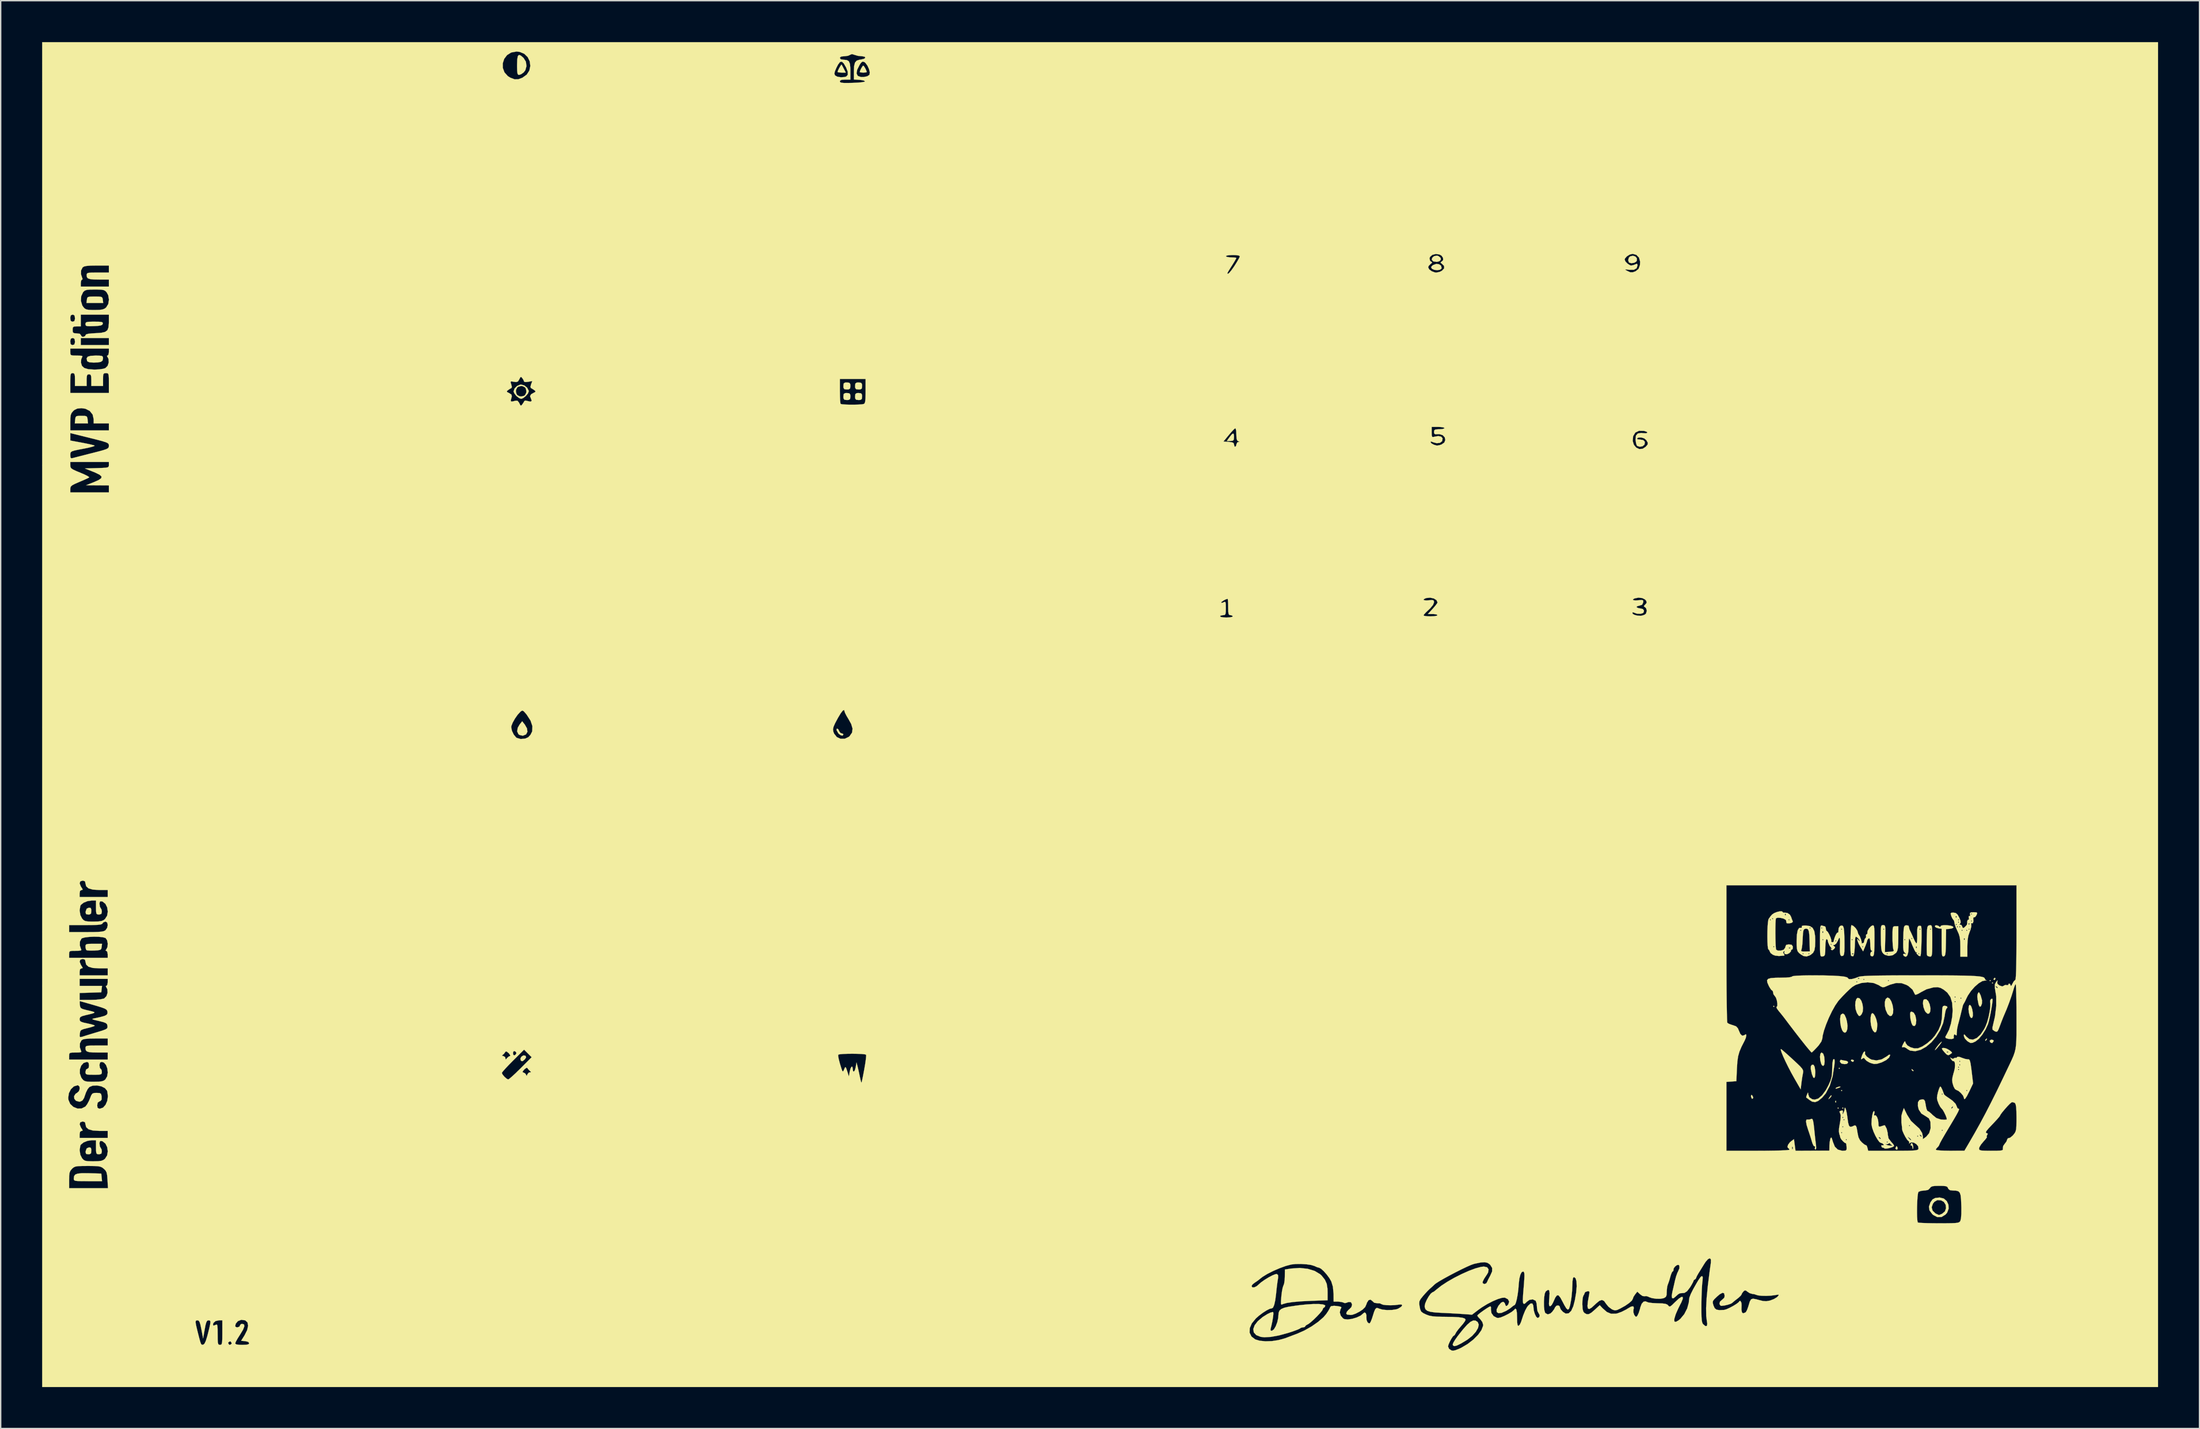
<source format=kicad_pcb>
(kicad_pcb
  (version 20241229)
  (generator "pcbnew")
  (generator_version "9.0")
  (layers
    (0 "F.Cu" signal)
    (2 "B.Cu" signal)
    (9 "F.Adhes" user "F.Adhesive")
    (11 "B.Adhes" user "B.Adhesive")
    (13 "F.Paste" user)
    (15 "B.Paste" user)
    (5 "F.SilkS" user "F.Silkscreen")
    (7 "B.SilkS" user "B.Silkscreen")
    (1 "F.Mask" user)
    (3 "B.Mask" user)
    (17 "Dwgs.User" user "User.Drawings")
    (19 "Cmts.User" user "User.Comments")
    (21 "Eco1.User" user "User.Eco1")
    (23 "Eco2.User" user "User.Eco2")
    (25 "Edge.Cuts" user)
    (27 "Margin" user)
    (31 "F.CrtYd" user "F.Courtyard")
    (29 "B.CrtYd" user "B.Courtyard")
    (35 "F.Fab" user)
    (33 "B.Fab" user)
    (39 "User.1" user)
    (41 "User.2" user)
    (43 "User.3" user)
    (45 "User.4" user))
  (footprint "themvp1.2_fronprint"
    (layer "F.Cu")
    (at 76.544 48.688)
    (property "Reference" "themvp1.2_fronprint" (at 0 0 0) (layer "F.SilkS") (effects (font (size 1.524 1.524) (thickness 0.3))))
    (attr through_hole)
    (fp_poly (pts (xy 48.853 21.124) (xy 48.81 21.167) (xy 48.768 21.124) (xy 48.81 21.082) (xy 48.853 21.124)) (stroke (width 0.01) (type solid)) (fill yes) (layer "F.SilkS"))
    (fp_poly (pts (xy 53.509 28.49) (xy 53.467 28.533) (xy 53.425 28.49) (xy 53.467 28.448) (xy 53.509 28.49)) (stroke (width 0.01) (type solid)) (fill yes) (layer "F.SilkS"))
    (fp_poly (pts (xy 53.594 25.612) (xy 53.552 25.654) (xy 53.509 25.612) (xy 53.552 25.569) (xy 53.594 25.612)) (stroke (width 0.01) (type solid)) (fill yes) (layer "F.SilkS"))
    (fp_poly (pts (xy 53.763 27.22) (xy 53.721 27.263) (xy 53.679 27.22) (xy 53.721 27.178) (xy 53.763 27.22)) (stroke (width 0.01) (type solid)) (fill yes) (layer "F.SilkS"))
    (fp_poly (pts (xy 53.848 28.49) (xy 53.806 28.533) (xy 53.763 28.49) (xy 53.806 28.448) (xy 53.848 28.49)) (stroke (width 0.01) (type solid)) (fill yes) (layer "F.SilkS"))
    (fp_poly (pts (xy 64.516 19.262) (xy 64.474 19.304) (xy 64.431 19.262) (xy 64.474 19.219) (xy 64.516 19.262)) (stroke (width 0.01) (type solid)) (fill yes) (layer "F.SilkS"))
    (fp_poly (pts (xy 64.685 19.431) (xy 64.643 19.473) (xy 64.601 19.431) (xy 64.643 19.389) (xy 64.685 19.431)) (stroke (width 0.01) (type solid)) (fill yes) (layer "F.SilkS"))
    (fp_poly (pts (xy 53.312 27.968) (xy 53.322 28.069) (xy 53.312 28.081) (xy 53.261 28.069) (xy 53.255 28.025) (xy 53.286 27.955) (xy 53.312 27.968)) (stroke (width 0.01) (type solid)) (fill yes) (layer "F.SilkS"))
    (fp_poly (pts (xy 52.971 27.645) (xy 52.881 27.752) (xy 52.777 27.847) (xy 52.779 27.816) (xy 52.84 27.711) (xy 52.937 27.586) (xy 52.993 27.565) (xy 52.971 27.645)) (stroke (width 0.01) (type solid)) (fill yes) (layer "F.SilkS"))
    (fp_poly (pts (xy 58.83 25.688) (xy 58.92 25.767) (xy 58.928 25.786) (xy 58.888 25.821) (xy 58.804 25.743) (xy 58.793 25.726) (xy 58.783 25.668) (xy 58.83 25.688)) (stroke (width 0.01) (type solid)) (fill yes) (layer "F.SilkS"))
    (fp_poly (pts (xy 47.254 27.577) (xy 47.32 27.715) (xy 47.315 27.769) (xy 47.248 27.821) (xy 47.221 27.804) (xy 47.165 27.672) (xy 47.159 27.613) (xy 47.186 27.532) (xy 47.254 27.577)) (stroke (width 0.01) (type solid)) (fill yes) (layer "F.SilkS"))
    (fp_poly (pts (xy 53.645 26.955) (xy 53.552 27.009) (xy 53.372 27.072) (xy 53.28 27.08) (xy 53.306 27.033) (xy 53.34 27.009) (xy 53.521 26.938) (xy 53.594 26.931) (xy 53.645 26.955)) (stroke (width 0.01) (type solid)) (fill yes) (layer "F.SilkS"))
    (fp_poly (pts (xy 54.594 25.021) (xy 54.61 25.061) (xy 54.549 25.144) (xy 54.53 25.146) (xy 54.416 25.084) (xy 54.398 25.061) (xy 54.418 24.989) (xy 54.478 24.977) (xy 54.594 25.021)) (stroke (width 0.01) (type solid)) (fill yes) (layer "F.SilkS"))
    (fp_poly (pts (xy 57.747 31.308) (xy 57.773 31.369) (xy 57.761 31.478) (xy 57.7 31.496) (xy 57.617 31.439) (xy 57.627 31.369) (xy 57.683 31.258) (xy 57.7 31.242) (xy 57.747 31.308)) (stroke (width 0.01) (type solid)) (fill yes) (layer "F.SilkS"))
    (fp_poly (pts (xy 64.235 23.507) (xy 64.22 23.537) (xy 64.14 23.618) (xy 64.125 23.622) (xy 64.119 23.567) (xy 64.135 23.537) (xy 64.215 23.456) (xy 64.23 23.453) (xy 64.235 23.507)) (stroke (width 0.01) (type solid)) (fill yes) (layer "F.SilkS"))
    (fp_poly (pts (xy 64.719 23.578) (xy 64.716 23.664) (xy 64.619 23.784) (xy 64.494 23.741) (xy 64.488 23.735) (xy 64.434 23.614) (xy 64.529 23.544) (xy 64.598 23.537) (xy 64.719 23.578)) (stroke (width 0.01) (type solid)) (fill yes) (layer "F.SilkS"))
    (fp_poly (pts (xy 64.854 19.116) (xy 64.855 19.135) (xy 64.79 19.216) (xy 64.765 19.219) (xy 64.714 19.167) (xy 64.728 19.135) (xy 64.804 19.054) (xy 64.817 19.05) (xy 64.854 19.116)) (stroke (width 0.01) (type solid)) (fill yes) (layer "F.SilkS"))
    (fp_poly (pts (xy 9.725 -20.281) (xy 9.737 -20.113) (xy 9.723 -19.912) (xy 9.654 -19.829) (xy 9.484 -19.812) (xy 9.477 -19.812) (xy 9.217 -19.812) (xy 9.396 -20.063) (xy 9.568 -20.283) (xy 9.674 -20.355) (xy 9.725 -20.281)) (stroke (width 0.01) (type solid)) (fill yes) (layer "F.SilkS"))
    (fp_poly (pts (xy -73.451 -21.627) (xy -73.323 -21.59) (xy -73.271 -21.495) (xy -73.252 -21.357) (xy -73.226 -21.082) (xy -74.179 -21.082) (xy -74.152 -21.357) (xy -74.128 -21.52) (xy -74.064 -21.601) (xy -73.915 -21.629) (xy -73.702 -21.632) (xy -73.451 -21.627)) (stroke (width 0.01) (type solid)) (fill yes) (layer "F.SilkS"))
    (fp_poly (pts (xy -73.039 13.992) (xy -72.988 14.095) (xy -72.983 14.218) (xy -73.004 14.402) (xy -73.097 14.471) (xy -73.2 14.478) (xy -73.355 14.454) (xy -73.397 14.345) (xy -73.39 14.245) (xy -73.32 14.054) (xy -73.173 13.985) (xy -73.039 13.992)) (stroke (width 0.01) (type solid)) (fill yes) (layer "F.SilkS"))
    (fp_poly (pts (xy -73.039 31.349) (xy -72.988 31.452) (xy -72.983 31.575) (xy -73.004 31.759) (xy -73.097 31.827) (xy -73.2 31.835) (xy -73.355 31.81) (xy -73.397 31.702) (xy -73.39 31.602) (xy -73.32 31.41) (xy -73.173 31.342) (xy -73.039 31.349)) (stroke (width 0.01) (type solid)) (fill yes) (layer "F.SilkS"))
    (fp_poly (pts (xy -41.575 24.69) (xy -41.551 24.709) (xy -41.506 24.813) (xy -41.59 24.947) (xy -41.624 24.982) (xy -41.76 25.094) (xy -41.851 25.082) (xy -41.896 25.036) (xy -41.923 24.901) (xy -41.845 24.765) (xy -41.711 24.678) (xy -41.575 24.69)) (stroke (width 0.01) (type solid)) (fill yes) (layer "F.SilkS"))
    (fp_poly (pts (xy 24.553 -33.189) (xy 24.698 -33.06) (xy 24.706 -32.93) (xy 24.606 -32.826) (xy 24.426 -32.776) (xy 24.198 -32.805) (xy 24.151 -32.822) (xy 24.053 -32.928) (xy 24.084 -33.073) (xy 24.215 -33.189) (xy 24.431 -33.234) (xy 24.553 -33.189)) (stroke (width 0.01) (type solid)) (fill yes) (layer "F.SilkS"))
    (fp_poly (pts (xy 60.912 23.792) (xy 60.803 23.939) (xy 60.627 24.154) (xy 60.512 24.273) (xy 60.473 24.288) (xy 60.522 24.191) (xy 60.612 24.059) (xy 60.776 23.855) (xy 60.932 23.701) (xy 60.933 23.699) (xy 60.97 23.691) (xy 60.912 23.792)) (stroke (width 0.01) (type solid)) (fill yes) (layer "F.SilkS"))
    (fp_poly (pts (xy -41.599 0.729) (xy -41.443 1.003) (xy -41.415 1.247) (xy -41.509 1.43) (xy -41.715 1.52) (xy -41.783 1.524) (xy -41.977 1.478) (xy -42.062 1.422) (xy -42.157 1.218) (xy -42.117 0.957) (xy -41.979 0.719) (xy -41.794 0.484) (xy -41.599 0.729)) (stroke (width 0.01) (type solid)) (fill yes) (layer "F.SilkS"))
    (fp_poly (pts (xy -18.108 -24.024) (xy -18.042 -23.925) (xy -18.034 -23.791) (xy -18.055 -23.611) (xy -18.154 -23.545) (xy -18.288 -23.537) (xy -18.468 -23.558) (xy -18.534 -23.657) (xy -18.542 -23.791) (xy -18.521 -23.971) (xy -18.422 -24.038) (xy -18.288 -24.045) (xy -18.108 -24.024)) (stroke (width 0.01) (type solid)) (fill yes) (layer "F.SilkS"))
    (fp_poly (pts (xy -18.108 -23.262) (xy -18.042 -23.163) (xy -18.034 -23.029) (xy -18.055 -22.849) (xy -18.154 -22.783) (xy -18.288 -22.775) (xy -18.468 -22.796) (xy -18.534 -22.895) (xy -18.542 -23.029) (xy -18.521 -23.209) (xy -18.422 -23.276) (xy -18.288 -23.283) (xy -18.108 -23.262)) (stroke (width 0.01) (type solid)) (fill yes) (layer "F.SilkS"))
    (fp_poly (pts (xy -17.261 -24.024) (xy -17.195 -23.925) (xy -17.187 -23.791) (xy -17.208 -23.611) (xy -17.307 -23.545) (xy -17.441 -23.537) (xy -17.621 -23.558) (xy -17.688 -23.657) (xy -17.695 -23.791) (xy -17.674 -23.971) (xy -17.575 -24.038) (xy -17.441 -24.045) (xy -17.261 -24.024)) (stroke (width 0.01) (type solid)) (fill yes) (layer "F.SilkS"))
    (fp_poly (pts (xy -17.261 -23.262) (xy -17.195 -23.163) (xy -17.187 -23.029) (xy -17.208 -22.849) (xy -17.307 -22.783) (xy -17.441 -22.775) (xy -17.621 -22.796) (xy -17.688 -22.895) (xy -17.695 -23.029) (xy -17.674 -23.209) (xy -17.575 -23.276) (xy -17.441 -23.283) (xy -17.261 -23.262)) (stroke (width 0.01) (type solid)) (fill yes) (layer "F.SilkS"))
    (fp_poly (pts (xy 38.789 -33.166) (xy 38.899 -33.038) (xy 38.899 -32.874) (xy 38.853 -32.798) (xy 38.699 -32.708) (xy 38.494 -32.682) (xy 38.334 -32.731) (xy 38.326 -32.738) (xy 38.269 -32.896) (xy 38.316 -33.078) (xy 38.408 -33.174) (xy 38.612 -33.223) (xy 38.789 -33.166)) (stroke (width 0.01) (type solid)) (fill yes) (layer "F.SilkS"))
    (fp_poly (pts (xy 53.728 25.01) (xy 53.93 25.055) (xy 54.024 25.061) (xy 54.158 25.116) (xy 54.187 25.188) (xy 54.116 25.28) (xy 53.943 25.31) (xy 53.725 25.269) (xy 53.7 25.259) (xy 53.605 25.148) (xy 53.594 25.088) (xy 53.647 24.998) (xy 53.728 25.01)) (stroke (width 0.01) (type solid)) (fill yes) (layer "F.SilkS"))
    (fp_poly (pts (xy 58.84 31.07) (xy 58.862 31.108) (xy 58.91 31.303) (xy 58.901 31.393) (xy 58.871 31.46) (xy 58.854 31.362) (xy 58.853 31.343) (xy 58.816 31.213) (xy 58.76 31.199) (xy 58.712 31.185) (xy 58.73 31.11) (xy 58.782 31.014) (xy 58.84 31.07)) (stroke (width 0.01) (type solid)) (fill yes) (layer "F.SilkS"))
    (fp_poly (pts (xy -72.432 -30.265) (xy -72.265 -30.243) (xy -72.187 -30.187) (xy -72.157 -30.081) (xy -72.152 -30.035) (xy -72.125 -29.803) (xy -73.333 -29.803) (xy -73.306 -30.035) (xy -73.283 -30.161) (xy -73.224 -30.23) (xy -73.088 -30.261) (xy -72.836 -30.268) (xy -72.729 -30.268) (xy -72.432 -30.265)) (stroke (width 0.01) (type solid)) (fill yes) (layer "F.SilkS"))
    (fp_poly (pts (xy -18.896 1.086) (xy -18.856 1.185) (xy -18.763 1.323) (xy -18.677 1.355) (xy -18.559 1.398) (xy -18.542 1.439) (xy -18.596 1.521) (xy -18.721 1.502) (xy -18.866 1.399) (xy -18.918 1.336) (xy -19.035 1.128) (xy -19.023 1.027) (xy -18.975 1.016) (xy -18.896 1.086)) (stroke (width 0.01) (type solid)) (fill yes) (layer "F.SilkS"))
    (fp_poly (pts (xy -18.622 -46.974) (xy -18.528 -46.796) (xy -18.508 -46.757) (xy -18.368 -46.482) (xy -18.667 -46.482) (xy -18.864 -46.494) (xy -18.963 -46.522) (xy -18.965 -46.529) (xy -18.931 -46.632) (xy -18.852 -46.795) (xy -18.76 -46.956) (xy -18.69 -47.055) (xy -18.674 -47.061) (xy -18.622 -46.974)) (stroke (width 0.01) (type solid)) (fill yes) (layer "F.SilkS"))
    (fp_poly (pts (xy 24.577 -32.607) (xy 24.723 -32.504) (xy 24.763 -32.342) (xy 24.748 -32.287) (xy 24.638 -32.204) (xy 24.439 -32.176) (xy 24.224 -32.202) (xy 24.063 -32.281) (xy 24.05 -32.295) (xy 24.005 -32.402) (xy 24.09 -32.506) (xy 24.155 -32.551) (xy 24.372 -32.629) (xy 24.577 -32.607)) (stroke (width 0.01) (type solid)) (fill yes) (layer "F.SilkS"))
    (fp_poly (pts (xy 51.687 25.352) (xy 51.769 25.504) (xy 51.811 25.791) (xy 51.815 25.929) (xy 51.795 26.201) (xy 51.742 26.315) (xy 51.666 26.269) (xy 51.579 26.057) (xy 51.566 26.014) (xy 51.491 25.677) (xy 51.493 25.465) (xy 51.571 25.352) (xy 51.571 25.352) (xy 51.687 25.352)) (stroke (width 0.01) (type solid)) (fill yes) (layer "F.SilkS"))
    (fp_poly (pts (xy 52.387 24.548) (xy 52.463 24.77) (xy 52.492 25.111) (xy 52.492 25.12) (xy 52.464 25.346) (xy 52.392 25.441) (xy 52.299 25.39) (xy 52.239 25.273) (xy 52.173 25.017) (xy 52.155 24.763) (xy 52.184 24.564) (xy 52.257 24.471) (xy 52.272 24.469) (xy 52.387 24.548)) (stroke (width 0.01) (type solid)) (fill yes) (layer "F.SilkS"))
    (fp_poly (pts (xy 59.99 20.739) (xy 60.099 20.982) (xy 60.154 21.281) (xy 60.134 21.508) (xy 60.057 21.641) (xy 59.941 21.658) (xy 59.804 21.539) (xy 59.735 21.425) (xy 59.646 21.18) (xy 59.609 20.923) (xy 59.626 20.713) (xy 59.682 20.621) (xy 59.841 20.605) (xy 59.99 20.739)) (stroke (width 0.01) (type solid)) (fill yes) (layer "F.SilkS"))
    (fp_poly (pts (xy 63.101 21.122) (xy 63.173 21.331) (xy 63.218 21.58) (xy 63.223 21.806) (xy 63.179 21.945) (xy 63.093 21.974) (xy 63.014 21.858) (xy 62.995 21.81) (xy 62.931 21.569) (xy 62.907 21.325) (xy 62.923 21.126) (xy 62.976 21.021) (xy 63.013 21.018) (xy 63.101 21.122)) (stroke (width 0.01) (type solid)) (fill yes) (layer "F.SilkS"))
    (fp_poly (pts (xy -17.037 -46.924) (xy -16.947 -46.773) (xy -16.872 -46.609) (xy -16.849 -46.52) (xy -16.922 -46.493) (xy -17.1 -46.482) (xy -17.103 -46.482) (xy -17.281 -46.493) (xy -17.357 -46.52) (xy -17.357 -46.52) (xy -17.321 -46.642) (xy -17.239 -46.809) (xy -17.151 -46.948) (xy -17.103 -46.99) (xy -17.037 -46.924)) (stroke (width 0.01) (type solid)) (fill yes) (layer "F.SilkS"))
    (fp_poly (pts (xy 63.688 20.134) (xy 63.771 20.3) (xy 63.792 20.35) (xy 63.885 20.684) (xy 63.879 20.921) (xy 63.806 21.116) (xy 63.722 21.152) (xy 63.647 21.026) (xy 63.629 20.955) (xy 63.567 20.635) (xy 63.543 20.429) (xy 63.554 20.288) (xy 63.584 20.193) (xy 63.634 20.105) (xy 63.688 20.134)) (stroke (width 0.01) (type solid)) (fill yes) (layer "F.SilkS"))
    (fp_poly (pts (xy 53.932 21.728) (xy 54.044 21.979) (xy 54.108 22.218) (xy 54.148 22.53) (xy 54.129 22.787) (xy 54.063 22.963) (xy 53.964 23.035) (xy 53.845 22.977) (xy 53.762 22.858) (xy 53.677 22.619) (xy 53.625 22.322) (xy 53.612 22.026) (xy 53.641 21.796) (xy 53.678 21.717) (xy 53.809 21.64) (xy 53.932 21.728)) (stroke (width 0.01) (type solid)) (fill yes) (layer "F.SilkS"))
    (fp_poly (pts (xy 55.03 20.553) (xy 55.15 20.723) (xy 55.233 20.97) (xy 55.27 21.247) (xy 55.25 21.508) (xy 55.169 21.696) (xy 55.054 21.818) (xy 54.963 21.81) (xy 54.859 21.66) (xy 54.819 21.586) (xy 54.735 21.334) (xy 54.704 21.049) (xy 54.724 20.782) (xy 54.792 20.583) (xy 54.887 20.505) (xy 55.03 20.553)) (stroke (width 0.01) (type solid)) (fill yes) (layer "F.SilkS"))
    (fp_poly (pts (xy 56.031 21.661) (xy 56.138 21.826) (xy 56.232 22.062) (xy 56.292 22.321) (xy 56.303 22.464) (xy 56.279 22.793) (xy 56.212 22.978) (xy 56.115 23.013) (xy 55.996 22.89) (xy 55.914 22.725) (xy 55.847 22.482) (xy 55.817 22.196) (xy 55.822 21.921) (xy 55.863 21.709) (xy 55.932 21.614) (xy 56.031 21.661)) (stroke (width 0.01) (type solid)) (fill yes) (layer "F.SilkS"))
    (fp_poly (pts (xy 58.941 21.583) (xy 59.059 21.79) (xy 59.119 22.085) (xy 59.123 22.151) (xy 59.099 22.405) (xy 59.022 22.541) (xy 58.908 22.539) (xy 58.844 22.48) (xy 58.771 22.319) (xy 58.711 22.065) (xy 58.693 21.926) (xy 58.678 21.671) (xy 58.702 21.543) (xy 58.775 21.506) (xy 58.787 21.505) (xy 58.941 21.583)) (stroke (width 0.01) (type solid)) (fill yes) (layer "F.SilkS"))
    (fp_poly (pts (xy -72.392 -25.989) (xy -72.226 -25.968) (xy -72.154 -25.915) (xy -72.136 -25.818) (xy -72.136 -25.79) (xy -72.169 -25.634) (xy -72.286 -25.54) (xy -72.516 -25.495) (xy -72.823 -25.485) (xy -73.116 -25.506) (xy -73.266 -25.573) (xy -73.291 -25.612) (xy -73.324 -25.796) (xy -73.241 -25.914) (xy -73.026 -25.976) (xy -72.689 -25.993) (xy -72.392 -25.989)) (stroke (width 0.01) (type solid)) (fill yes) (layer "F.SilkS"))
    (fp_poly (pts (xy 57.197 20.566) (xy 57.317 20.763) (xy 57.409 21.033) (xy 57.458 21.327) (xy 57.447 21.597) (xy 57.439 21.632) (xy 57.345 21.806) (xy 57.209 21.825) (xy 57.056 21.686) (xy 57.035 21.654) (xy 56.912 21.38) (xy 56.85 21.084) (xy 56.849 20.809) (xy 56.909 20.599) (xy 57.027 20.494) (xy 57.064 20.489) (xy 57.197 20.566)) (stroke (width 0.01) (type solid)) (fill yes) (layer "F.SilkS"))
    (fp_poly (pts (xy -73.14 33.207) (xy -72.263 33.232) (xy -72.236 33.507) (xy -72.21 33.782) (xy -73.231 33.782) (xy -73.661 33.781) (xy -73.949 33.774) (xy -74.124 33.757) (xy -74.214 33.722) (xy -74.248 33.665) (xy -74.253 33.581) (xy -74.253 33.581) (xy -74.23 33.415) (xy -74.147 33.303) (xy -73.976 33.236) (xy -73.695 33.206) (xy -73.276 33.204) (xy -73.14 33.207)) (stroke (width 0.01) (type solid)) (fill yes) (layer "F.SilkS"))
    (fp_poly (pts (xy -72.236 16.828) (xy -72.262 16.957) (xy -72.329 17.029) (xy -72.48 17.065) (xy -72.756 17.084) (xy -72.774 17.085) (xy -73.056 17.089) (xy -73.265 17.074) (xy -73.346 17.05) (xy -73.393 16.925) (xy -73.406 16.792) (xy -73.396 16.689) (xy -73.34 16.63) (xy -73.202 16.603) (xy -72.945 16.595) (xy -72.808 16.595) (xy -72.209 16.595) (xy -72.236 16.828)) (stroke (width 0.01) (type solid)) (fill yes) (layer "F.SilkS"))
    (fp_poly (pts (xy -41.896 -47.719) (xy -41.704 -47.553) (xy -41.694 -47.544) (xy -41.525 -47.272) (xy -41.481 -46.956) (xy -41.563 -46.655) (xy -41.683 -46.497) (xy -41.864 -46.366) (xy -42.021 -46.313) (xy -42.091 -46.335) (xy -42.134 -46.421) (xy -42.156 -46.605) (xy -42.164 -46.916) (xy -42.164 -47.032) (xy -42.152 -47.429) (xy -42.111 -47.668) (xy -42.029 -47.761) (xy -41.896 -47.719)) (stroke (width 0.01) (type solid)) (fill yes) (layer "F.SilkS"))
    (fp_poly (pts (xy -72.438 -28.444) (xy -72.248 -28.425) (xy -72.163 -28.385) (xy -72.149 -28.316) (xy -72.152 -28.3) (xy -72.196 -28.22) (xy -72.314 -28.17) (xy -72.541 -28.14) (xy -72.793 -28.127) (xy -73.11 -28.118) (xy -73.294 -28.128) (xy -73.38 -28.166) (xy -73.405 -28.242) (xy -73.406 -28.275) (xy -73.392 -28.363) (xy -73.327 -28.415) (xy -73.175 -28.44) (xy -72.902 -28.448) (xy -72.765 -28.448) (xy -72.438 -28.444)) (stroke (width 0.01) (type solid)) (fill yes) (layer "F.SilkS"))
    (fp_poly (pts (xy 27.221 43.878) (xy 27.374 43.98) (xy 27.38 43.987) (xy 27.454 44.17) (xy 27.4 44.414) (xy 27.237 44.693) (xy 26.98 44.979) (xy 26.647 45.245) (xy 26.596 45.278) (xy 26.175 45.533) (xy 25.873 45.681) (xy 25.679 45.727) (xy 25.584 45.672) (xy 25.569 45.594) (xy 25.618 45.468) (xy 25.747 45.255) (xy 25.928 44.999) (xy 25.943 44.98) (xy 26.316 44.51) (xy 26.615 44.175) (xy 26.856 43.965) (xy 27.053 43.869) (xy 27.221 43.878)) (stroke (width 0.01) (type solid)) (fill yes) (layer "F.SilkS"))
    (fp_poly (pts (xy 61.193 24.144) (xy 61.342 24.194) (xy 61.512 24.29) (xy 61.652 24.398) (xy 61.714 24.484) (xy 61.701 24.506) (xy 61.625 24.559) (xy 61.545 24.619) (xy 61.437 24.664) (xy 61.319 24.605) (xy 61.185 24.469) (xy 61.138 24.412) (xy 61.327 24.412) (xy 61.339 24.463) (xy 61.383 24.469) (xy 61.453 24.438) (xy 61.44 24.412) (xy 61.339 24.402) (xy 61.327 24.412) (xy 61.138 24.412) (xy 61.02 24.27) (xy 60.976 24.167) (xy 61.054 24.135) (xy 61.193 24.144)) (stroke (width 0.01) (type solid)) (fill yes) (layer "F.SilkS"))
    (fp_poly (pts (xy 49.403 24.269) (xy 49.578 24.417) (xy 49.828 24.638) (xy 50.126 24.909) (xy 50.177 24.956) (xy 50.505 25.261) (xy 50.727 25.477) (xy 50.861 25.632) (xy 50.925 25.75) (xy 50.939 25.858) (xy 50.92 25.981) (xy 50.918 25.993) (xy 50.869 26.263) (xy 50.822 26.592) (xy 50.807 26.711) (xy 50.758 27.132) (xy 50.32 26.372) (xy 50.079 25.94) (xy 49.853 25.508) (xy 49.652 25.1) (xy 49.487 24.742) (xy 49.372 24.458) (xy 49.316 24.274) (xy 49.327 24.215) (xy 49.403 24.269)) (stroke (width 0.01) (type solid)) (fill yes) (layer "F.SilkS"))
    (fp_poly (pts (xy 51.613 29.298) (xy 51.655 29.411) (xy 51.693 29.627) (xy 51.733 29.969) (xy 51.772 30.353) (xy 51.808 30.694) (xy 51.847 31.02) (xy 51.868 31.178) (xy 51.88 31.401) (xy 51.835 31.495) (xy 51.826 31.496) (xy 51.776 31.433) (xy 51.791 31.355) (xy 51.802 31.26) (xy 51.763 31.265) (xy 51.695 31.222) (xy 51.614 31.056) (xy 51.57 30.919) (xy 51.473 30.595) (xy 51.353 30.229) (xy 51.299 30.075) (xy 51.184 29.706) (xy 51.143 29.451) (xy 51.176 29.324) (xy 51.245 29.319) (xy 51.405 29.316) (xy 51.491 29.284) (xy 51.56 29.263) (xy 51.613 29.298)) (stroke (width 0.01) (type solid)) (fill yes) (layer "F.SilkS"))
    (fp_poly (pts (xy 15.072 40.127) (xy 15.577 40.281) (xy 15.976 40.522) (xy 16.087 40.628) (xy 16.316 40.918) (xy 16.447 41.209) (xy 16.503 41.564) (xy 16.51 41.816) (xy 16.51 42.405) (xy 15.346 42.446) (xy 14.598 42.482) (xy 13.999 42.534) (xy 13.555 42.6) (xy 13.273 42.68) (xy 13.218 42.708) (xy 13.161 42.719) (xy 13.135 42.644) (xy 13.136 42.456) (xy 13.162 42.129) (xy 13.163 42.112) (xy 13.203 41.782) (xy 13.254 41.511) (xy 13.306 41.349) (xy 13.316 41.333) (xy 13.365 41.194) (xy 13.401 40.944) (xy 13.413 40.7) (xy 13.42 40.177) (xy 13.885 40.106) (xy 14.497 40.065) (xy 15.072 40.127)) (stroke (width 0.01) (type solid)) (fill yes) (layer "F.SilkS"))
    (fp_poly (pts (xy 61.341 15.25) (xy 61.615 15.283) (xy 61.778 15.345) (xy 61.816 15.416) (xy 61.713 15.48) (xy 61.545 15.51) (xy 61.284 15.536) (xy 61.27 16.509) (xy 61.261 16.932) (xy 61.246 17.215) (xy 61.219 17.386) (xy 61.177 17.474) (xy 61.114 17.509) (xy 61.108 17.51) (xy 61.045 17.508) (xy 61.003 17.455) (xy 60.978 17.325) (xy 60.965 17.09) (xy 60.96 16.725) (xy 60.96 16.522) (xy 60.96 15.505) (xy 60.734 15.478) (xy 60.553 15.421) (xy 60.471 15.34) (xy 60.501 15.266) (xy 60.617 15.259) (xy 60.751 15.311) (xy 60.811 15.367) (xy 60.866 15.389) (xy 60.874 15.341) (xy 60.932 15.275) (xy 61.118 15.248) (xy 61.341 15.25)) (stroke (width 0.01) (type solid)) (fill yes) (layer "F.SilkS"))
    (fp_poly (pts (xy 53.203 24.966) (xy 53.218 25.119) (xy 53.202 25.341) (xy 53.072 26.183) (xy 52.863 26.877) (xy 52.575 27.425) (xy 52.306 27.742) (xy 52.026 27.971) (xy 51.796 28.062) (xy 51.581 28.022) (xy 51.427 27.926) (xy 51.26 27.8) (xy 51.164 27.729) (xy 51.158 27.725) (xy 51.168 27.646) (xy 51.216 27.508) (xy 51.276 27.372) (xy 51.298 27.39) (xy 51.303 27.485) (xy 51.384 27.711) (xy 51.589 27.848) (xy 51.779 27.877) (xy 52.036 27.796) (xy 52.307 27.563) (xy 52.576 27.195) (xy 52.769 26.839) (xy 52.916 26.503) (xy 52.998 26.213) (xy 53.033 25.887) (xy 53.039 25.634) (xy 53.055 25.248) (xy 53.096 25.013) (xy 53.145 24.94) (xy 53.203 24.966)) (stroke (width 0.01) (type solid)) (fill yes) (layer "F.SilkS"))
    (fp_poly (pts (xy 55.427 24.437) (xy 55.411 24.474) (xy 55.419 24.604) (xy 55.547 24.765) (xy 55.759 24.917) (xy 55.885 24.979) (xy 56.24 25.04) (xy 56.621 24.963) (xy 56.972 24.759) (xy 56.978 24.754) (xy 57.152 24.628) (xy 57.229 24.628) (xy 57.235 24.66) (xy 57.157 24.836) (xy 56.947 25.016) (xy 56.638 25.173) (xy 56.584 25.193) (xy 56.293 25.282) (xy 56.076 25.298) (xy 55.853 25.239) (xy 55.731 25.189) (xy 55.53 25.072) (xy 55.409 24.948) (xy 55.403 24.936) (xy 55.333 24.851) (xy 55.235 24.9) (xy 55.147 24.962) (xy 55.126 24.929) (xy 55.169 24.774) (xy 55.211 24.651) (xy 55.296 24.469) (xy 55.379 24.385) (xy 55.385 24.384) (xy 55.427 24.437)) (stroke (width 0.01) (type solid)) (fill yes) (layer "F.SilkS"))
    (fp_poly (pts (xy 60.221 15.274) (xy 60.254 15.356) (xy 60.273 15.52) (xy 60.281 15.792) (xy 60.283 16.199) (xy 60.283 16.377) (xy 60.281 16.838) (xy 60.275 17.155) (xy 60.259 17.356) (xy 60.231 17.468) (xy 60.185 17.515) (xy 60.118 17.526) (xy 60.111 17.526) (xy 59.954 17.481) (xy 59.902 17.42) (xy 59.889 17.298) (xy 59.882 17.044) (xy 59.88 16.695) (xy 59.884 16.298) (xy 59.893 15.87) (xy 59.906 15.581) (xy 59.911 15.536) (xy 60.113 15.536) (xy 60.156 15.579) (xy 60.198 15.536) (xy 60.156 15.494) (xy 60.113 15.536) (xy 59.911 15.536) (xy 59.928 15.404) (xy 59.966 15.31) (xy 60.026 15.269) (xy 60.092 15.255) (xy 60.168 15.249) (xy 60.221 15.274)) (stroke (width 0.01) (type solid)) (fill yes) (layer "F.SilkS"))
    (fp_poly (pts (xy 61.118 35.039) (xy 61.332 35.225) (xy 61.453 35.485) (xy 61.467 35.778) (xy 61.36 36.061) (xy 61.244 36.199) (xy 60.953 36.377) (xy 60.652 36.387) (xy 60.355 36.231) (xy 60.276 36.159) (xy 60.081 35.897) (xy 60.048 35.677) (xy 60.24 35.677) (xy 60.308 35.92) (xy 60.519 36.122) (xy 60.766 36.232) (xy 60.846 36.205) (xy 61 36.138) (xy 61.196 35.972) (xy 61.278 35.738) (xy 61.252 35.491) (xy 61.122 35.282) (xy 60.921 35.172) (xy 60.649 35.154) (xy 60.442 35.271) (xy 60.328 35.417) (xy 60.24 35.677) (xy 60.048 35.677) (xy 60.041 35.631) (xy 60.15 35.317) (xy 60.153 35.312) (xy 60.301 35.103) (xy 60.502 34.998) (xy 60.811 34.967) (xy 60.825 34.967) (xy 61.118 35.039)) (stroke (width 0.01) (type solid)) (fill yes) (layer "F.SilkS"))
    (fp_poly (pts (xy -41.633 -23.83) (xy -41.432 -23.664) (xy -41.323 -23.454) (xy -41.317 -23.397) (xy -41.382 -23.241) (xy -41.536 -23.061) (xy -41.72 -22.915) (xy -41.868 -22.86) (xy -42.016 -22.916) (xy -42.195 -23.053) (xy -42.21 -23.068) (xy -42.352 -23.242) (xy -42.417 -23.387) (xy -42.418 -23.397) (xy -42.413 -23.41) (xy -42.249 -23.41) (xy -42.203 -23.216) (xy -42.147 -23.131) (xy -41.982 -23.046) (xy -41.868 -23.029) (xy -41.673 -23.075) (xy -41.588 -23.131) (xy -41.503 -23.296) (xy -41.487 -23.41) (xy -41.533 -23.605) (xy -41.588 -23.69) (xy -41.753 -23.775) (xy -41.868 -23.791) (xy -42.062 -23.745) (xy -42.147 -23.69) (xy -42.232 -23.525) (xy -42.249 -23.41) (xy -42.413 -23.41) (xy -42.344 -23.61) (xy -42.162 -23.793) (xy -41.93 -23.892) (xy -41.868 -23.897) (xy -41.633 -23.83)) (stroke (width 0.01) (type solid)) (fill yes) (layer "F.SilkS"))
    (fp_poly (pts (xy 64.641 20.587) (xy 64.647 20.687) (xy 64.624 20.911) (xy 64.578 21.216) (xy 64.517 21.56) (xy 64.448 21.903) (xy 64.379 22.2) (xy 64.317 22.412) (xy 64.316 22.416) (xy 64.139 22.802) (xy 63.909 23.169) (xy 63.659 23.471) (xy 63.424 23.66) (xy 63.416 23.664) (xy 63.194 23.765) (xy 63.04 23.772) (xy 62.875 23.68) (xy 62.792 23.616) (xy 62.637 23.445) (xy 62.569 23.272) (xy 62.569 23.266) (xy 62.578 23.161) (xy 62.628 23.176) (xy 62.744 23.314) (xy 62.974 23.501) (xy 63.233 23.532) (xy 63.507 23.416) (xy 63.781 23.161) (xy 64.039 22.774) (xy 64.144 22.564) (xy 64.258 22.259) (xy 64.359 21.889) (xy 64.437 21.505) (xy 64.483 21.158) (xy 64.487 20.898) (xy 64.473 20.827) (xy 64.478 20.692) (xy 64.546 20.588) (xy 64.632 20.579) (xy 64.641 20.587)) (stroke (width 0.01) (type solid)) (fill yes) (layer "F.SilkS"))
    (fp_poly (pts (xy 61.348 21.122) (xy 61.379 21.214) (xy 61.31 21.287) (xy 61.261 21.389) (xy 61.212 21.608) (xy 61.181 21.821) (xy 61.066 22.347) (xy 60.854 22.853) (xy 60.567 23.319) (xy 60.223 23.724) (xy 59.843 24.047) (xy 59.448 24.27) (xy 59.057 24.371) (xy 58.692 24.33) (xy 58.674 24.324) (xy 58.506 24.231) (xy 58.404 24.153) (xy 58.256 24.076) (xy 58.171 24.084) (xy 58.093 24.096) (xy 58.111 23.982) (xy 58.199 23.802) (xy 58.282 23.665) (xy 58.324 23.67) (xy 58.357 23.782) (xy 58.477 23.949) (xy 58.705 24.086) (xy 58.98 24.166) (xy 59.24 24.162) (xy 59.246 24.161) (xy 59.566 24.028) (xy 59.92 23.793) (xy 60.253 23.5) (xy 60.464 23.255) (xy 60.738 22.829) (xy 60.902 22.434) (xy 60.979 21.999) (xy 60.993 21.696) (xy 61.001 21.379) (xy 61.023 21.195) (xy 61.068 21.109) (xy 61.15 21.083) (xy 61.193 21.082) (xy 61.348 21.122)) (stroke (width 0.01) (type solid)) (fill yes) (layer "F.SilkS"))
    (fp_poly (pts (xy 56.804 15.248) (xy 56.853 15.29) (xy 56.881 15.395) (xy 56.891 15.591) (xy 56.888 15.909) (xy 56.88 16.217) (xy 56.854 17.193) (xy 57.215 17.174) (xy 57.442 17.146) (xy 57.506 17.094) (xy 57.49 17.07) (xy 57.453 16.953) (xy 57.424 16.708) (xy 57.407 16.376) (xy 57.404 16.154) (xy 57.405 15.775) (xy 57.415 15.533) (xy 57.44 15.399) (xy 57.489 15.34) (xy 57.571 15.325) (xy 57.616 15.325) (xy 57.827 15.325) (xy 57.825 16.192) (xy 57.818 16.606) (xy 57.799 16.887) (xy 57.76 17.075) (xy 57.697 17.205) (xy 57.66 17.254) (xy 57.423 17.423) (xy 57.134 17.472) (xy 56.857 17.396) (xy 56.754 17.319) (xy 56.75 17.314) (xy 56.981 17.314) (xy 57.023 17.357) (xy 57.065 17.314) (xy 57.023 17.272) (xy 56.981 17.314) (xy 56.75 17.314) (xy 56.674 17.225) (xy 56.621 17.105) (xy 56.589 16.924) (xy 56.571 16.646) (xy 56.562 16.237) (xy 56.561 16.192) (xy 56.557 15.78) (xy 56.561 15.536) (xy 56.727 15.536) (xy 56.769 15.579) (xy 56.811 15.536) (xy 56.769 15.494) (xy 56.727 15.536) (xy 56.561 15.536) (xy 56.562 15.508) (xy 56.58 15.347) (xy 56.617 15.268) (xy 56.678 15.242) (xy 56.727 15.24) (xy 56.804 15.248)) (stroke (width 0.01) (type solid)) (fill yes) (layer "F.SilkS"))
    (fp_poly (pts (xy 15.897 42.678) (xy 16.178 42.707) (xy 16.325 42.765) (xy 16.341 42.799) (xy 16.295 42.912) (xy 16.256 42.926) (xy 16.178 42.993) (xy 16.171 43.038) (xy 16.113 43.152) (xy 15.96 43.339) (xy 15.749 43.566) (xy 15.514 43.797) (xy 15.29 43.996) (xy 15.114 44.129) (xy 15.052 44.16) (xy 14.925 44.236) (xy 14.901 44.286) (xy 14.831 44.351) (xy 14.737 44.365) (xy 14.579 44.398) (xy 14.528 44.437) (xy 14.433 44.491) (xy 14.213 44.58) (xy 13.903 44.689) (xy 13.655 44.769) (xy 12.991 44.951) (xy 12.407 45.057) (xy 11.927 45.084) (xy 11.664 45.053) (xy 11.344 44.926) (xy 11.168 44.733) (xy 11.131 44.49) (xy 11.229 44.213) (xy 11.458 43.917) (xy 11.811 43.618) (xy 12.156 43.401) (xy 12.376 43.297) (xy 12.533 43.257) (xy 12.576 43.27) (xy 12.586 43.392) (xy 12.562 43.628) (xy 12.511 43.931) (xy 12.442 44.252) (xy 12.394 44.437) (xy 12.374 44.582) (xy 12.451 44.613) (xy 12.495 44.606) (xy 12.627 44.506) (xy 12.757 44.286) (xy 12.867 43.995) (xy 12.936 43.68) (xy 12.949 43.511) (xy 12.967 43.308) (xy 13.028 43.154) (xy 13.155 43.038) (xy 13.37 42.947) (xy 13.697 42.872) (xy 14.157 42.802) (xy 14.478 42.76) (xy 15.024 42.704) (xy 15.505 42.676) (xy 15.897 42.678)) (stroke (width 0.01) (type solid)) (fill yes) (layer "F.SilkS"))
    (fp_poly (pts (xy 51.138 15.27) (xy 51.424 15.315) (xy 51.621 15.442) (xy 51.742 15.673) (xy 51.801 16.031) (xy 51.811 16.383) (xy 51.799 16.788) (xy 51.752 17.063) (xy 51.656 17.249) (xy 51.497 17.383) (xy 51.419 17.428) (xy 51.178 17.516) (xy 50.964 17.48) (xy 50.798 17.383) (xy 50.707 17.314) (xy 50.885 17.314) (xy 50.927 17.357) (xy 50.969 17.314) (xy 51.308 17.314) (xy 51.35 17.357) (xy 51.393 17.314) (xy 51.35 17.272) (xy 51.308 17.314) (xy 50.969 17.314) (xy 50.927 17.272) (xy 50.885 17.314) (xy 50.707 17.314) (xy 50.638 17.263) (xy 50.539 17.14) (xy 50.535 17.128) (xy 50.789 17.128) (xy 50.92 17.154) (xy 51.066 17.154) (xy 51.418 17.145) (xy 51.4 16.383) (xy 51.384 15.974) (xy 51.353 15.708) (xy 51.296 15.559) (xy 51.206 15.502) (xy 51.084 15.508) (xy 51.006 15.544) (xy 50.956 15.639) (xy 50.925 15.826) (xy 50.906 16.138) (xy 50.902 16.253) (xy 50.882 16.592) (xy 50.848 16.87) (xy 50.809 17.041) (xy 50.796 17.065) (xy 50.789 17.128) (xy 50.535 17.128) (xy 50.487 16.973) (xy 50.466 16.716) (xy 50.463 16.399) (xy 50.483 15.931) (xy 50.542 15.621) (xy 50.715 15.621) (xy 50.758 15.663) (xy 50.8 15.621) (xy 50.758 15.579) (xy 50.715 15.621) (xy 50.542 15.621) (xy 50.543 15.614) (xy 50.644 15.452) (xy 51.393 15.452) (xy 51.435 15.494) (xy 51.477 15.452) (xy 51.435 15.409) (xy 51.393 15.452) (xy 50.644 15.452) (xy 50.644 15.452) (xy 50.76 15.441) (xy 50.841 15.431) (xy 50.833 15.372) (xy 50.849 15.298) (xy 50.992 15.27) (xy 51.138 15.27)) (stroke (width 0.01) (type solid)) (fill yes) (layer "F.SilkS"))
    (fp_poly (pts (xy 62.272 24.79) (xy 62.431 24.851) (xy 62.667 24.93) (xy 62.857 24.96) (xy 62.886 24.958) (xy 62.953 24.972) (xy 63.005 25.056) (xy 63.051 25.238) (xy 63.098 25.544) (xy 63.133 25.82) (xy 63.238 26.706) (xy 62.967 27.278) (xy 62.79 27.625) (xy 62.665 27.814) (xy 62.59 27.843) (xy 62.569 27.732) (xy 62.507 27.583) (xy 62.358 27.402) (xy 62.181 27.248) (xy 62.12 27.22) (xy 62.738 27.22) (xy 62.78 27.263) (xy 62.823 27.22) (xy 62.78 27.178) (xy 62.738 27.22) (xy 62.12 27.22) (xy 62.03 27.178) (xy 62.023 27.178) (xy 61.919 27.103) (xy 61.819 26.915) (xy 61.746 26.669) (xy 61.722 26.449) (xy 61.749 26.249) (xy 61.817 25.98) (xy 61.851 25.872) (xy 61.893 25.696) (xy 62.145 25.696) (xy 62.188 25.739) (xy 62.23 25.696) (xy 62.188 25.654) (xy 62.145 25.696) (xy 61.893 25.696) (xy 61.91 25.626) (xy 61.918 25.527) (xy 62.145 25.527) (xy 62.188 25.569) (xy 62.23 25.527) (xy 62.188 25.485) (xy 62.145 25.527) (xy 61.918 25.527) (xy 61.929 25.385) (xy 61.927 25.358) (xy 62.23 25.358) (xy 62.272 25.4) (xy 62.315 25.358) (xy 62.272 25.315) (xy 62.23 25.358) (xy 61.927 25.358) (xy 61.912 25.192) (xy 61.865 25.104) (xy 62.23 25.104) (xy 62.272 25.146) (xy 62.315 25.104) (xy 62.272 25.061) (xy 62.23 25.104) (xy 61.865 25.104) (xy 61.86 25.094) (xy 61.815 25.099) (xy 61.733 25.064) (xy 61.644 24.95) (xy 61.579 24.831) (xy 61.609 24.838) (xy 61.642 24.869) (xy 61.776 24.927) (xy 61.864 24.88) (xy 61.958 24.835) (xy 61.977 24.86) (xy 62.012 24.871) (xy 62.047 24.827) (xy 62.126 24.769) (xy 62.272 24.79)) (stroke (width 0.01) (type solid)) (fill yes) (layer "F.SilkS"))
    (fp_poly (pts (xy 56.106 28.769) (xy 56.087 28.892) (xy 56.065 29.014) (xy 56.094 29.021) (xy 56.189 29.015) (xy 56.284 29.135) (xy 56.357 29.338) (xy 56.385 29.568) (xy 56.395 29.771) (xy 56.443 29.842) (xy 56.565 29.816) (xy 56.611 29.798) (xy 56.779 29.744) (xy 56.854 29.737) (xy 56.983 29.984) (xy 57.058 30.296) (xy 57.065 30.416) (xy 57.12 30.686) (xy 57.306 30.933) (xy 57.32 30.946) (xy 57.463 31.109) (xy 57.518 31.227) (xy 57.51 31.251) (xy 57.381 31.322) (xy 57.186 31.384) (xy 56.987 31.422) (xy 56.844 31.425) (xy 56.811 31.4) (xy 56.76 31.353) (xy 56.736 31.364) (xy 56.647 31.339) (xy 56.608 31.274) (xy 56.602 31.177) (xy 56.679 31.186) (xy 56.767 31.182) (xy 56.76 31.121) (xy 56.718 31.086) (xy 56.903 31.086) (xy 56.917 31.115) (xy 57.027 31.176) (xy 57.229 31.209) (xy 57.248 31.21) (xy 57.395 31.208) (xy 57.405 31.189) (xy 57.383 31.183) (xy 57.257 31.109) (xy 57.235 31.056) (xy 57.19 31.017) (xy 57.121 31.062) (xy 56.991 31.112) (xy 56.938 31.093) (xy 56.903 31.086) (xy 56.718 31.086) (xy 56.65 31.028) (xy 56.577 31.019) (xy 56.463 30.953) (xy 56.458 30.946) (xy 56.981 30.946) (xy 57.023 30.988) (xy 57.065 30.946) (xy 57.023 30.903) (xy 56.981 30.946) (xy 56.458 30.946) (xy 56.321 30.766) (xy 56.219 30.589) (xy 56.402 30.589) (xy 56.422 30.636) (xy 56.507 30.727) (xy 56.557 30.708) (xy 56.557 30.697) (xy 56.497 30.625) (xy 56.46 30.599) (xy 56.402 30.589) (xy 56.219 30.589) (xy 56.17 30.502) (xy 56.033 30.203) (xy 55.93 29.91) (xy 55.883 29.666) (xy 55.882 29.633) (xy 55.897 29.308) (xy 55.937 29.015) (xy 55.994 28.799) (xy 56.058 28.703) (xy 56.066 28.702) (xy 56.106 28.769)) (stroke (width 0.01) (type solid)) (fill yes) (layer "F.SilkS"))
    (fp_poly (pts (xy 58.555 15.277) (xy 58.589 15.362) (xy 58.63 15.548) (xy 58.674 15.643) (xy 58.755 15.805) (xy 58.866 16.054) (xy 58.93 16.204) (xy 59.034 16.425) (xy 59.119 16.552) (xy 59.155 16.566) (xy 59.179 16.46) (xy 59.192 16.234) (xy 59.191 15.936) (xy 59.191 15.929) (xy 59.19 15.601) (xy 59.198 15.536) (xy 59.351 15.536) (xy 59.394 15.579) (xy 59.436 15.536) (xy 59.394 15.494) (xy 59.351 15.536) (xy 59.198 15.536) (xy 59.215 15.407) (xy 59.273 15.312) (xy 59.302 15.297) (xy 59.439 15.293) (xy 59.478 15.324) (xy 59.497 15.437) (xy 59.507 15.675) (xy 59.509 15.996) (xy 59.504 16.362) (xy 59.493 16.733) (xy 59.477 17.068) (xy 59.457 17.329) (xy 59.434 17.474) (xy 59.425 17.49) (xy 59.31 17.471) (xy 59.162 17.319) (xy 59.159 17.314) (xy 59.267 17.314) (xy 59.309 17.357) (xy 59.351 17.314) (xy 59.309 17.272) (xy 59.267 17.314) (xy 59.159 17.314) (xy 59.119 17.251) (xy 59.14 17.272) (xy 59.182 17.23) (xy 59.14 17.187) (xy 59.102 17.225) (xy 59.001 17.063) (xy 58.903 16.849) (xy 59.097 16.849) (xy 59.128 16.918) (xy 59.154 16.905) (xy 59.164 16.805) (xy 59.154 16.792) (xy 59.103 16.804) (xy 59.097 16.849) (xy 58.903 16.849) (xy 58.848 16.729) (xy 58.838 16.705) (xy 58.733 16.445) (xy 58.649 16.268) (xy 58.607 16.214) (xy 58.759 16.214) (xy 58.801 16.256) (xy 58.843 16.214) (xy 58.801 16.171) (xy 58.759 16.214) (xy 58.607 16.214) (xy 58.606 16.212) (xy 58.605 16.212) (xy 58.589 16.306) (xy 58.577 16.523) (xy 58.571 16.817) (xy 58.571 16.822) (xy 58.546 17.197) (xy 58.477 17.439) (xy 58.372 17.538) (xy 58.235 17.482) (xy 58.222 17.47) (xy 58.166 17.355) (xy 58.247 17.314) (xy 58.314 17.328) (xy 58.413 17.357) (xy 58.378 17.314) (xy 58.311 17.261) (xy 58.244 17.188) (xy 58.202 17.075) (xy 58.181 16.887) (xy 58.177 16.593) (xy 58.182 16.298) (xy 58.251 16.298) (xy 58.293 16.341) (xy 58.335 16.298) (xy 58.293 16.256) (xy 58.251 16.298) (xy 58.182 16.298) (xy 58.184 16.213) (xy 58.196 15.805) (xy 58.213 15.537) (xy 58.24 15.378) (xy 58.285 15.296) (xy 58.354 15.263) (xy 58.399 15.255) (xy 58.555 15.277)) (stroke (width 0.01) (type solid)) (fill yes) (layer "F.SilkS"))
    (fp_poly (pts (xy 54.573 15.304) (xy 54.731 15.456) (xy 54.85 15.631) (xy 54.877 15.709) (xy 54.921 15.866) (xy 54.95 15.917) (xy 55.037 16.055) (xy 55.121 16.263) (xy 55.171 16.456) (xy 55.172 16.53) (xy 55.168 16.59) (xy 55.181 16.573) (xy 55.268 16.541) (xy 55.277 16.546) (xy 55.329 16.506) (xy 55.351 16.4) (xy 55.396 16.241) (xy 55.448 16.188) (xy 55.497 16.1) (xy 55.485 16.039) (xy 55.491 15.933) (xy 55.53 15.917) (xy 55.589 15.857) (xy 55.581 15.812) (xy 55.6 15.661) (xy 55.707 15.475) (xy 55.855 15.319) (xy 55.972 15.261) (xy 56.027 15.27) (xy 56.064 15.337) (xy 56.087 15.486) (xy 56.098 15.743) (xy 56.1 16.132) (xy 56.099 16.36) (xy 56.094 16.818) (xy 56.083 17.135) (xy 56.063 17.335) (xy 56.029 17.448) (xy 55.979 17.498) (xy 55.944 17.51) (xy 55.832 17.471) (xy 55.792 17.348) (xy 55.83 17.215) (xy 55.901 17.159) (xy 55.964 17.12) (xy 55.901 17.109) (xy 55.831 17.025) (xy 55.798 16.781) (xy 55.795 16.63) (xy 55.781 16.334) (xy 55.735 16.199) (xy 55.697 16.19) (xy 55.596 16.293) (xy 55.58 16.345) (xy 55.537 16.497) (xy 55.452 16.726) (xy 55.419 16.806) (xy 55.277 17.145) (xy 55.071 16.806) (xy 55.203 16.806) (xy 55.245 16.849) (xy 55.287 16.806) (xy 55.245 16.764) (xy 55.203 16.806) (xy 55.071 16.806) (xy 54.968 16.614) (xy 54.893 16.434) (xy 54.854 16.299) (xy 54.86 16.242) (xy 54.92 16.298) (xy 54.949 16.341) (xy 55.016 16.407) (xy 55.032 16.381) (xy 54.975 16.265) (xy 54.867 16.151) (xy 54.787 16.09) (xy 54.737 16.092) (xy 54.707 16.183) (xy 54.69 16.39) (xy 54.677 16.739) (xy 54.677 16.74) (xy 54.653 17.13) (xy 54.612 17.39) (xy 54.558 17.501) (xy 54.554 17.502) (xy 54.427 17.476) (xy 54.404 17.45) (xy 54.382 17.335) (xy 54.38 17.3) (xy 54.469 17.3) (xy 54.481 17.351) (xy 54.525 17.357) (xy 54.595 17.326) (xy 54.582 17.3) (xy 54.481 17.29) (xy 54.469 17.3) (xy 54.38 17.3) (xy 54.368 17.098) (xy 54.361 16.778) (xy 54.361 16.413) (xy 54.363 16.298) (xy 54.441 16.298) (xy 54.483 16.341) (xy 54.525 16.298) (xy 54.483 16.256) (xy 54.441 16.298) (xy 54.363 16.298) (xy 54.368 16.042) (xy 54.38 15.702) (xy 54.398 15.432) (xy 54.42 15.27) (xy 54.435 15.24) (xy 54.573 15.304)) (stroke (width 0.01) (type solid)) (fill yes) (layer "F.SilkS"))
    (fp_poly (pts (xy 49.404 14.246) (xy 49.445 14.291) (xy 49.511 14.346) (xy 49.593 14.339) (xy 49.792 14.361) (xy 49.976 14.486) (xy 50.066 14.65) (xy 50.128 14.837) (xy 50.155 14.886) (xy 50.189 15.011) (xy 50.086 15.086) (xy 49.909 15.117) (xy 49.749 15.106) (xy 49.723 15.043) (xy 49.7 14.903) (xy 49.667 14.859) (xy 49.869 14.859) (xy 49.911 14.901) (xy 49.953 14.859) (xy 49.911 14.817) (xy 49.869 14.859) (xy 49.667 14.859) (xy 49.661 14.851) (xy 49.515 14.771) (xy 49.304 14.72) (xy 49.1 14.708) (xy 48.974 14.743) (xy 48.967 14.752) (xy 48.948 14.866) (xy 48.935 15.109) (xy 48.928 15.44) (xy 48.927 15.819) (xy 48.931 16.205) (xy 48.941 16.557) (xy 48.955 16.835) (xy 48.974 16.999) (xy 48.982 17.022) (xy 49.108 17.089) (xy 49.311 17.092) (xy 49.508 17.032) (xy 49.529 17.02) (xy 49.637 16.877) (xy 49.897 16.877) (xy 49.909 16.927) (xy 49.953 16.933) (xy 50.023 16.902) (xy 50.01 16.877) (xy 49.909 16.867) (xy 49.897 16.877) (xy 49.637 16.877) (xy 49.64 16.873) (xy 49.656 16.789) (xy 49.708 16.676) (xy 49.883 16.638) (xy 49.911 16.638) (xy 50.102 16.667) (xy 50.183 16.779) (xy 50.192 16.828) (xy 50.175 16.978) (xy 50.114 17.018) (xy 50.05 17.049) (xy 50.063 17.071) (xy 50.044 17.154) (xy 49.929 17.275) (xy 49.766 17.352) (xy 49.625 17.341) (xy 49.56 17.257) (xy 49.586 17.165) (xy 49.587 17.117) (xy 49.539 17.139) (xy 49.481 17.224) (xy 49.536 17.322) (xy 49.586 17.424) (xy 49.562 17.451) (xy 49.183 17.48) (xy 48.912 17.451) (xy 48.741 17.386) (xy 48.579 17.263) (xy 48.514 17.142) (xy 48.467 17.031) (xy 48.429 17.018) (xy 48.393 16.94) (xy 48.376 16.806) (xy 48.768 16.806) (xy 48.81 16.849) (xy 48.853 16.806) (xy 48.81 16.764) (xy 48.768 16.806) (xy 48.376 16.806) (xy 48.367 16.731) (xy 48.351 16.428) (xy 48.345 16.071) (xy 48.349 15.696) (xy 48.363 15.343) (xy 48.386 15.048) (xy 48.418 14.859) (xy 48.514 14.859) (xy 48.556 14.901) (xy 48.599 14.859) (xy 48.556 14.817) (xy 48.514 14.859) (xy 48.418 14.859) (xy 48.419 14.85) (xy 48.436 14.805) (xy 48.456 14.774) (xy 48.683 14.774) (xy 48.726 14.817) (xy 48.768 14.774) (xy 48.726 14.732) (xy 48.683 14.774) (xy 48.456 14.774) (xy 48.57 14.608) (xy 48.684 14.478) (xy 49.615 14.478) (xy 49.646 14.548) (xy 49.671 14.534) (xy 49.681 14.434) (xy 49.671 14.422) (xy 49.621 14.433) (xy 49.615 14.478) (xy 48.684 14.478) (xy 48.685 14.476) (xy 48.841 14.371) (xy 49.049 14.289) (xy 49.255 14.243) (xy 49.404 14.246)) (stroke (width 0.01) (type solid)) (fill yes) (layer "F.SilkS"))
    (fp_poly (pts (xy 52.289 15.273) (xy 52.45 15.319) (xy 52.5 15.325) (xy 52.563 15.396) (xy 52.578 15.494) (xy 52.605 15.632) (xy 52.642 15.664) (xy 52.72 15.736) (xy 52.82 15.908) (xy 52.913 16.119) (xy 52.972 16.306) (xy 52.973 16.403) (xy 52.993 16.473) (xy 53.043 16.482) (xy 53.142 16.454) (xy 53.149 16.432) (xy 53.154 16.383) (xy 53.255 16.383) (xy 53.298 16.425) (xy 53.34 16.383) (xy 53.298 16.341) (xy 53.255 16.383) (xy 53.154 16.383) (xy 53.162 16.309) (xy 53.222 16.124) (xy 53.304 15.937) (xy 53.382 15.81) (xy 53.422 15.789) (xy 53.482 15.765) (xy 53.486 15.726) (xy 53.499 15.536) (xy 53.679 15.536) (xy 53.721 15.579) (xy 53.763 15.536) (xy 53.721 15.494) (xy 53.679 15.536) (xy 53.499 15.536) (xy 53.504 15.462) (xy 53.592 15.32) (xy 53.651 15.289) (xy 53.753 15.27) (xy 53.826 15.32) (xy 53.875 15.46) (xy 53.905 15.713) (xy 53.921 16.099) (xy 53.927 16.426) (xy 53.929 16.864) (xy 53.92 17.161) (xy 53.896 17.343) (xy 53.855 17.438) (xy 53.812 17.469) (xy 53.698 17.483) (xy 53.629 17.399) (xy 53.597 17.196) (xy 53.594 16.85) (xy 53.595 16.826) (xy 53.601 16.453) (xy 53.595 16.233) (xy 53.573 16.153) (xy 53.529 16.196) (xy 53.459 16.348) (xy 53.454 16.362) (xy 53.334 16.573) (xy 53.207 16.677) (xy 53.183 16.681) (xy 53.091 16.694) (xy 53.154 16.751) (xy 53.171 16.762) (xy 53.252 16.84) (xy 53.204 16.934) (xy 53.16 16.981) (xy 53.038 17.067) (xy 52.958 17.016) (xy 52.956 17.013) (xy 52.94 16.945) (xy 53.009 16.969) (xy 53.054 16.978) (xy 52.992 16.918) (xy 52.86 16.745) (xy 52.812 16.637) (xy 52.917 16.637) (xy 52.959 16.679) (xy 53.001 16.637) (xy 52.959 16.595) (xy 52.917 16.637) (xy 52.812 16.637) (xy 52.75 16.501) (xy 52.709 16.32) (xy 52.64 16.257) (xy 52.624 16.256) (xy 52.585 16.334) (xy 52.555 16.539) (xy 52.54 16.829) (xy 52.54 16.87) (xy 52.534 17.188) (xy 52.513 17.375) (xy 52.466 17.468) (xy 52.381 17.505) (xy 52.345 17.511) (xy 52.269 17.517) (xy 52.217 17.492) (xy 52.183 17.411) (xy 52.165 17.248) (xy 52.157 16.977) (xy 52.155 16.572) (xy 52.155 16.38) (xy 52.155 16.298) (xy 52.324 16.298) (xy 52.366 16.341) (xy 52.409 16.298) (xy 52.366 16.256) (xy 52.324 16.298) (xy 52.155 16.298) (xy 52.157 15.915) (xy 52.161 15.748) (xy 52.324 15.748) (xy 52.355 15.818) (xy 52.38 15.804) (xy 52.391 15.704) (xy 52.38 15.692) (xy 52.33 15.703) (xy 52.324 15.748) (xy 52.161 15.748) (xy 52.165 15.596) (xy 52.177 15.452) (xy 52.239 15.452) (xy 52.282 15.494) (xy 52.324 15.452) (xy 52.282 15.409) (xy 52.239 15.452) (xy 52.177 15.452) (xy 52.181 15.397) (xy 52.21 15.295) (xy 52.253 15.266) (xy 52.289 15.273)) (stroke (width 0.01) (type solid)) (fill yes) (layer "F.SilkS"))
    (fp_poly (pts (xy 63.474 14.317) (xy 63.537 14.364) (xy 63.5 14.486) (xy 63.486 14.518) (xy 63.392 14.654) (xy 63.313 14.679) (xy 63.252 14.697) (xy 63.25 14.745) (xy 63.26 14.982) (xy 63.215 15.106) (xy 63.147 15.104) (xy 63.084 15.1) (xy 63.105 15.192) (xy 63.106 15.357) (xy 63.041 15.603) (xy 62.992 15.724) (xy 62.891 16.022) (xy 62.838 16.375) (xy 62.823 16.817) (xy 62.823 17.526) (xy 62.315 17.526) (xy 62.315 16.804) (xy 62.306 16.406) (xy 62.288 16.256) (xy 62.569 16.256) (xy 62.6 16.326) (xy 62.625 16.312) (xy 62.635 16.212) (xy 62.625 16.2) (xy 62.575 16.211) (xy 62.569 16.256) (xy 62.288 16.256) (xy 62.271 16.117) (xy 62.199 15.875) (xy 62.103 15.663) (xy 62.084 15.621) (xy 62.399 15.621) (xy 62.442 15.663) (xy 62.484 15.621) (xy 62.738 15.621) (xy 62.78 15.663) (xy 62.823 15.621) (xy 62.78 15.579) (xy 62.738 15.621) (xy 62.484 15.621) (xy 62.442 15.579) (xy 62.399 15.621) (xy 62.084 15.621) (xy 62.046 15.536) (xy 62.907 15.536) (xy 62.95 15.579) (xy 62.992 15.536) (xy 62.95 15.494) (xy 62.907 15.536) (xy 62.046 15.536) (xy 61.984 15.399) (xy 61.973 15.367) (xy 62.061 15.367) (xy 62.103 15.409) (xy 62.145 15.367) (xy 62.23 15.367) (xy 62.272 15.409) (xy 62.315 15.367) (xy 62.272 15.325) (xy 62.23 15.367) (xy 62.145 15.367) (xy 62.103 15.325) (xy 62.061 15.367) (xy 61.973 15.367) (xy 61.916 15.198) (xy 61.976 15.198) (xy 62.018 15.24) (xy 62.061 15.198) (xy 62.018 15.155) (xy 61.976 15.198) (xy 61.916 15.198) (xy 61.907 15.172) (xy 61.891 15.078) (xy 61.881 15.028) (xy 62.145 15.028) (xy 62.188 15.071) (xy 62.23 15.028) (xy 62.188 14.986) (xy 62.145 15.028) (xy 61.881 15.028) (xy 61.857 14.918) (xy 61.815 14.864) (xy 61.811 14.859) (xy 62.145 14.859) (xy 62.188 14.901) (xy 62.23 14.859) (xy 62.188 14.817) (xy 62.145 14.859) (xy 61.811 14.859) (xy 61.734 14.756) (xy 61.686 14.647) (xy 61.976 14.647) (xy 62.007 14.717) (xy 62.032 14.704) (xy 62.043 14.603) (xy 62.032 14.591) (xy 61.982 14.603) (xy 61.976 14.647) (xy 61.686 14.647) (xy 61.655 14.577) (xy 61.61 14.409) (xy 61.663 14.346) (xy 61.814 14.337) (xy 61.986 14.367) (xy 62.115 14.483) (xy 62.225 14.677) (xy 62.325 14.911) (xy 62.337 15.058) (xy 62.291 15.145) (xy 62.234 15.231) (xy 62.287 15.213) (xy 62.389 15.23) (xy 62.443 15.33) (xy 62.496 15.45) (xy 62.572 15.436) (xy 62.658 15.363) (xy 62.775 15.236) (xy 62.809 15.166) (xy 62.809 15.155) (xy 62.907 15.155) (xy 62.938 15.225) (xy 62.964 15.212) (xy 62.974 15.111) (xy 62.964 15.099) (xy 62.913 15.111) (xy 62.907 15.155) (xy 62.809 15.155) (xy 62.81 14.978) (xy 62.823 14.944) (xy 63.077 14.944) (xy 63.119 14.986) (xy 63.161 14.944) (xy 63.119 14.901) (xy 63.077 14.944) (xy 62.823 14.944) (xy 62.853 14.862) (xy 62.899 14.854) (xy 62.941 14.825) (xy 62.928 14.719) (xy 62.919 14.592) (xy 62.971 14.592) (xy 63.028 14.579) (xy 63.017 14.478) (xy 63.014 14.436) (xy 63.077 14.436) (xy 63.119 14.478) (xy 63.161 14.436) (xy 63.119 14.393) (xy 63.077 14.436) (xy 63.014 14.436) (xy 63.01 14.365) (xy 63.099 14.317) (xy 63.277 14.309) (xy 63.474 14.317)) (stroke (width 0.01) (type solid)) (fill yes) (layer "F.SilkS"))
    (fp_poly (pts (xy 60.44 18.882) (xy 61.3 18.885) (xy 62.015 18.89) (xy 62.6 18.9) (xy 63.066 18.914) (xy 63.427 18.933) (xy 63.695 18.957) (xy 63.883 18.988) (xy 64.003 19.026) (xy 64.068 19.073) (xy 64.092 19.127) (xy 64.093 19.142) (xy 64.159 19.225) (xy 64.198 19.243) (xy 64.217 19.261) (xy 64.132 19.252) (xy 63.914 19.293) (xy 63.646 19.452) (xy 63.36 19.7) (xy 63.087 20.008) (xy 62.859 20.345) (xy 62.767 20.527) (xy 62.665 20.745) (xy 62.588 20.889) (xy 62.571 20.913) (xy 62.512 21.024) (xy 62.494 21.082) (xy 62.458 21.229) (xy 62.396 21.48) (xy 62.339 21.717) (xy 62.258 22.039) (xy 62.18 22.335) (xy 62.138 22.485) (xy 62.081 22.765) (xy 62.059 23.035) (xy 62.044 23.215) (xy 61.999 23.23) (xy 61.985 23.211) (xy 61.901 23.146) (xy 61.855 23.19) (xy 61.831 23.327) (xy 61.844 23.359) (xy 61.832 23.446) (xy 61.694 23.491) (xy 61.473 23.482) (xy 61.441 23.476) (xy 61.263 23.423) (xy 61.228 23.333) (xy 61.323 23.162) (xy 61.329 23.154) (xy 61.5 22.814) (xy 61.638 22.363) (xy 61.729 21.859) (xy 61.759 21.421) (xy 61.723 20.877) (xy 61.696 20.786) (xy 61.891 20.786) (xy 61.934 20.828) (xy 61.976 20.786) (xy 61.934 20.743) (xy 61.891 20.786) (xy 61.696 20.786) (xy 61.62 20.532) (xy 62.315 20.532) (xy 62.357 20.574) (xy 62.399 20.532) (xy 62.357 20.489) (xy 62.315 20.532) (xy 61.62 20.532) (xy 61.598 20.455) (xy 61.592 20.447) (xy 61.891 20.447) (xy 61.934 20.489) (xy 61.976 20.447) (xy 61.934 20.405) (xy 61.891 20.447) (xy 61.592 20.447) (xy 61.37 20.128) (xy 61.115 19.92) (xy 60.884 19.788) (xy 60.674 19.738) (xy 60.396 19.751) (xy 60.357 19.755) (xy 59.872 19.886) (xy 59.496 20.082) (xy 59.267 20.214) (xy 59.101 20.282) (xy 59.039 20.275) (xy 58.853 19.916) (xy 58.563 19.656) (xy 58.42 19.574) (xy 58.047 19.441) (xy 57.665 19.434) (xy 57.231 19.554) (xy 57.041 19.635) (xy 56.825 19.727) (xy 56.683 19.742) (xy 56.536 19.675) (xy 56.406 19.589) (xy 56.047 19.437) (xy 55.611 19.386) (xy 55.153 19.433) (xy 54.728 19.575) (xy 54.492 19.72) (xy 54.303 19.885) (xy 54.051 20.127) (xy 53.787 20.398) (xy 53.559 20.646) (xy 53.477 20.743) (xy 53.255 21.066) (xy 53.022 21.483) (xy 52.797 21.953) (xy 52.598 22.435) (xy 52.442 22.885) (xy 52.346 23.263) (xy 52.325 23.457) (xy 52.255 23.672) (xy 52.059 23.953) (xy 51.954 24.071) (xy 51.759 24.276) (xy 51.613 24.419) (xy 51.552 24.468) (xy 51.488 24.407) (xy 51.346 24.244) (xy 51.153 24.012) (xy 51.096 23.941) (xy 50.762 23.52) (xy 50.367 23.012) (xy 49.952 22.469) (xy 49.585 21.982) (xy 49.407 21.754) (xy 49.201 21.501) (xy 49.161 21.453) (xy 49.037 21.284) (xy 48.997 21.181) (xy 49.014 21.167) (xy 49.065 21.097) (xy 49.068 20.925) (xy 49.035 20.711) (xy 48.973 20.512) (xy 48.894 20.387) (xy 48.882 20.379) (xy 48.786 20.246) (xy 48.768 20.146) (xy 48.735 20.011) (xy 48.692 19.981) (xy 48.613 19.912) (xy 48.499 19.737) (xy 48.441 19.627) (xy 48.342 19.396) (xy 48.336 19.346) (xy 54.779 19.346) (xy 54.822 19.389) (xy 54.864 19.346) (xy 54.822 19.304) (xy 54.779 19.346) (xy 48.336 19.346) (xy 48.327 19.262) (xy 57.065 19.262) (xy 57.108 19.304) (xy 57.15 19.262) (xy 57.108 19.219) (xy 57.065 19.262) (xy 48.327 19.262) (xy 48.324 19.236) (xy 48.371 19.177) (xy 55.287 19.177) (xy 55.33 19.219) (xy 55.372 19.177) (xy 55.33 19.135) (xy 55.287 19.177) (xy 48.371 19.177) (xy 48.406 19.134) (xy 48.606 19.077) (xy 48.944 19.054) (xy 49.286 19.05) (xy 49.676 19.042) (xy 49.958 19.019) (xy 50.106 18.984) (xy 50.123 18.965) (xy 50.205 18.933) (xy 50.446 18.908) (xy 50.832 18.89) (xy 51.354 18.882) (xy 51.634 18.881) (xy 52.447 18.886) (xy 53.096 18.903) (xy 53.589 18.933) (xy 53.931 18.974) (xy 54.128 19.029) (xy 54.187 19.093) (xy 54.257 19.157) (xy 54.443 19.152) (xy 54.708 19.083) (xy 54.721 19.078) (xy 54.892 19.078) (xy 54.904 19.129) (xy 54.949 19.135) (xy 55.018 19.104) (xy 55.005 19.078) (xy 54.905 19.068) (xy 54.892 19.078) (xy 54.721 19.078) (xy 54.919 19) (xy 55.008 18.972) (xy 55.15 18.949) (xy 55.358 18.929) (xy 55.645 18.914) (xy 56.025 18.902) (xy 56.511 18.893) (xy 57.117 18.887) (xy 57.857 18.883) (xy 58.743 18.881) (xy 59.424 18.881) (xy 60.44 18.882)) (stroke (width 0.01) (type solid)) (fill yes) (layer "F.SilkS"))
    (fp_poly (pts (xy 76.623 48.683) (xy -76.539 48.683) (xy -76.539 44.016) (xy -65.433 44.016) (xy -65.399 44.216) (xy -65.323 44.538) (xy -65.275 44.732) (xy -65.174 45.131) (xy -65.103 45.392) (xy -65.049 45.544) (xy -64.999 45.614) (xy -64.942 45.629) (xy -64.881 45.62) (xy -64.792 45.548) (xy -64.699 45.355) (xy -64.595 45.02) (xy -64.545 44.831) (xy -64.442 44.419) (xy -64.388 44.174) (xy -64.177 44.174) (xy -64.143 44.243) (xy -64.016 44.2) (xy -64.008 44.196) (xy -63.928 44.162) (xy -63.878 44.182) (xy -63.852 44.285) (xy -63.841 44.5) (xy -63.839 44.855) (xy -63.839 44.87) (xy -63.836 45.233) (xy -63.823 45.459) (xy -63.792 45.58) (xy -63.737 45.628) (xy -63.669 45.635) (xy -63.594 45.624) (xy -63.545 45.571) (xy -63.531 45.508) (xy -63.077 45.508) (xy -63.009 45.621) (xy -62.95 45.635) (xy -62.837 45.568) (xy -62.823 45.508) (xy -62.89 45.396) (xy -62.95 45.381) (xy -63.062 45.449) (xy -63.077 45.508) (xy -63.531 45.508) (xy -63.517 45.445) (xy -63.504 45.217) (xy -63.5 44.858) (xy -63.5 44.746) (xy -63.5 44.288) (xy -62.569 44.288) (xy -62.498 44.351) (xy -62.399 44.365) (xy -62.261 44.312) (xy -62.23 44.238) (xy -62.159 44.135) (xy -62.061 44.111) (xy -61.926 44.156) (xy -61.906 44.295) (xy -62.001 44.537) (xy -62.213 44.89) (xy -62.23 44.916) (xy -62.397 45.18) (xy -62.518 45.398) (xy -62.568 45.525) (xy -62.568 45.529) (xy -62.498 45.596) (xy -62.279 45.63) (xy -62.061 45.635) (xy -61.762 45.625) (xy -61.603 45.588) (xy -61.553 45.519) (xy -61.553 45.513) (xy -61.632 45.415) (xy -61.846 45.365) (xy -62.139 45.339) (xy -61.888 44.937) (xy -61.796 44.753) (xy 10.866 44.753) (xy 11.002 45.031) (xy 11.274 45.238) (xy 11.592 45.333) (xy 12.013 45.375) (xy 12.482 45.36) (xy 12.938 45.29) (xy 13.213 45.22) (xy 13.442 45.153) (xy 13.504 45.13) (xy 13.663 45.069) (xy 13.928 44.968) (xy 14.246 44.849) (xy 14.297 44.83) (xy 14.826 44.596) (xy 15.349 44.3) (xy 15.823 43.97) (xy 16.208 43.636) (xy 16.406 43.406) (xy 16.558 43.18) (xy 16.657 43.005) (xy 16.679 42.94) (xy 16.755 42.834) (xy 16.977 42.803) (xy 17.187 42.822) (xy 17.414 42.86) (xy 17.505 42.903) (xy 17.49 42.982) (xy 17.441 43.066) (xy 17.393 43.285) (xy 17.464 43.523) (xy 17.627 43.715) (xy 17.725 43.768) (xy 17.965 43.795) (xy 18.281 43.751) (xy 18.611 43.653) (xy 18.898 43.519) (xy 19.08 43.368) (xy 19.09 43.354) (xy 19.187 43.285) (xy 19.277 43.346) (xy 19.325 43.499) (xy 19.321 43.607) (xy 19.329 43.82) (xy 19.398 43.993) (xy 19.501 44.077) (xy 19.566 44.064) (xy 19.63 43.963) (xy 19.714 43.752) (xy 19.77 43.578) (xy 19.876 43.241) (xy 19.963 43.044) (xy 20.05 42.963) (xy 20.156 42.973) (xy 20.223 43.004) (xy 20.474 43.08) (xy 20.817 43.114) (xy 21.182 43.106) (xy 21.498 43.056) (xy 21.626 43.009) (xy 21.838 42.875) (xy 21.914 42.768) (xy 21.853 42.711) (xy 21.661 42.721) (xy 21.383 42.756) (xy 21.069 42.768) (xy 20.769 42.759) (xy 20.533 42.73) (xy 20.412 42.684) (xy 20.409 42.68) (xy 20.346 42.651) (xy 23.144 42.651) (xy 23.163 42.799) (xy 23.214 43.064) (xy 23.286 43.221) (xy 23.425 43.331) (xy 23.654 43.441) (xy 23.857 43.516) (xy 24.102 43.564) (xy 24.427 43.591) (xy 24.873 43.601) (xy 24.987 43.601) (xy 25.57 43.61) (xy 25.998 43.633) (xy 26.287 43.674) (xy 26.449 43.733) (xy 26.501 43.814) (xy 26.501 43.815) (xy 26.447 43.93) (xy 26.308 44.121) (xy 26.161 44.291) (xy 25.969 44.517) (xy 25.826 44.714) (xy 25.775 44.81) (xy 25.702 44.935) (xy 25.657 44.958) (xy 25.579 45.027) (xy 25.467 45.197) (xy 25.352 45.412) (xy 25.263 45.617) (xy 25.231 45.748) (xy 25.304 45.924) (xy 25.482 46.04) (xy 25.595 46.059) (xy 25.758 46.022) (xy 26.005 45.927) (xy 26.184 45.844) (xy 26.649 45.57) (xy 27.064 45.249) (xy 27.405 44.907) (xy 27.646 44.57) (xy 27.763 44.264) (xy 27.771 44.18) (xy 27.711 43.979) (xy 27.566 43.779) (xy 27.559 43.773) (xy 27.416 43.623) (xy 27.348 43.52) (xy 27.347 43.514) (xy 27.412 43.44) (xy 27.574 43.308) (xy 27.79 43.151) (xy 28.014 42.999) (xy 28.2 42.885) (xy 28.303 42.841) (xy 28.34 42.913) (xy 28.335 43.074) (xy 28.373 43.335) (xy 28.532 43.553) (xy 28.768 43.677) (xy 28.865 43.687) (xy 29.047 43.645) (xy 29.307 43.539) (xy 29.589 43.397) (xy 29.837 43.248) (xy 29.995 43.121) (xy 30.013 43.097) (xy 30.108 43.006) (xy 30.175 43.08) (xy 30.215 43.317) (xy 30.226 43.653) (xy 30.234 43.996) (xy 30.26 44.192) (xy 30.308 44.261) (xy 30.332 44.26) (xy 30.43 44.16) (xy 30.514 43.977) (xy 30.669 43.503) (xy 30.808 43.159) (xy 30.943 42.91) (xy 31.022 42.801) (xy 31.198 42.641) (xy 31.331 42.639) (xy 31.403 42.79) (xy 31.411 42.904) (xy 31.44 43.15) (xy 31.513 43.4) (xy 31.609 43.597) (xy 31.706 43.687) (xy 31.716 43.688) (xy 31.834 43.624) (xy 31.864 43.485) (xy 31.789 43.346) (xy 31.787 43.345) (xy 31.706 43.192) (xy 31.666 42.941) (xy 31.665 42.89) (xy 31.642 42.644) (xy 31.599 42.509) (xy 32.171 42.509) (xy 32.175 42.839) (xy 32.203 43.122) (xy 32.256 43.306) (xy 32.275 43.332) (xy 32.449 43.427) (xy 32.637 43.363) (xy 32.762 43.25) (xy 32.906 43.06) (xy 32.984 42.906) (xy 33.075 42.803) (xy 33.207 42.777) (xy 33.305 42.835) (xy 33.317 42.885) (xy 33.384 43.061) (xy 33.542 43.242) (xy 33.73 43.36) (xy 33.755 43.368) (xy 33.966 43.348) (xy 34.147 43.171) (xy 34.299 42.832) (xy 34.335 42.693) (xy 34.951 42.693) (xy 34.97 43.021) (xy 35.021 43.221) (xy 35.106 43.326) (xy 35.268 43.413) (xy 35.423 43.408) (xy 35.614 43.296) (xy 35.845 43.097) (xy 36.211 42.76) (xy 36.414 42.978) (xy 36.728 43.254) (xy 37.036 43.382) (xy 37.379 43.376) (xy 37.487 43.353) (xy 37.797 43.241) (xy 38.124 43.075) (xy 38.234 43.006) (xy 38.488 42.86) (xy 38.638 42.843) (xy 38.681 42.955) (xy 38.651 43.093) (xy 38.646 43.272) (xy 38.707 43.461) (xy 38.805 43.587) (xy 38.855 43.603) (xy 38.935 43.527) (xy 39.029 43.328) (xy 39.119 43.048) (xy 39.152 42.911) (xy 39.247 42.659) (xy 39.386 42.506) (xy 39.536 42.481) (xy 39.594 42.513) (xy 39.739 42.565) (xy 40.007 42.603) (xy 40.352 42.621) (xy 40.386 42.622) (xy 40.744 42.634) (xy 40.972 42.664) (xy 41.107 42.721) (xy 41.166 42.781) (xy 41.236 42.853) (xy 41.316 42.85) (xy 41.441 42.756) (xy 41.646 42.555) (xy 41.653 42.548) (xy 41.932 42.289) (xy 42.124 42.164) (xy 42.222 42.171) (xy 42.22 42.308) (xy 42.112 42.572) (xy 42.049 42.69) (xy 41.892 43.006) (xy 41.738 43.355) (xy 41.698 43.459) (xy 41.607 43.767) (xy 41.614 43.939) (xy 41.716 43.972) (xy 41.91 43.864) (xy 42.051 43.746) (xy 42.329 43.41) (xy 42.543 42.991) (xy 42.66 42.56) (xy 42.672 42.389) (xy 42.703 42.206) (xy 42.801 41.95) (xy 42.975 41.603) (xy 43.235 41.144) (xy 43.346 40.958) (xy 43.508 40.723) (xy 43.616 40.647) (xy 43.667 40.73) (xy 43.656 40.97) (xy 43.646 41.042) (xy 43.622 41.272) (xy 43.6 41.629) (xy 43.583 42.069) (xy 43.573 42.55) (xy 43.571 42.716) (xy 43.57 43.233) (xy 43.579 43.607) (xy 43.598 43.862) (xy 43.632 44.025) (xy 43.68 44.122) (xy 43.688 44.131) (xy 43.859 44.274) (xy 43.966 44.264) (xy 43.996 44.108) (xy 43.973 43.963) (xy 43.919 43.545) (xy 43.912 42.965) (xy 43.932 42.594) (xy 44.392 42.594) (xy 44.441 42.771) (xy 44.445 42.784) (xy 44.531 42.976) (xy 44.659 43.082) (xy 44.87 43.119) (xy 45.204 43.104) (xy 45.212 43.104) (xy 45.383 43.056) (xy 45.62 42.949) (xy 45.878 42.811) (xy 46.109 42.668) (xy 46.268 42.545) (xy 46.313 42.48) (xy 46.366 42.447) (xy 46.403 42.464) (xy 46.465 42.582) (xy 46.479 42.744) (xy 46.471 43.084) (xy 46.505 43.278) (xy 46.584 43.348) (xy 46.599 43.349) (xy 46.753 43.29) (xy 46.802 43.243) (xy 46.879 43.097) (xy 46.962 42.866) (xy 46.982 42.799) (xy 47.072 42.499) (xy 47.166 42.337) (xy 47.305 42.289) (xy 47.534 42.33) (xy 47.706 42.378) (xy 48.021 42.457) (xy 48.258 42.474) (xy 48.497 42.434) (xy 48.561 42.417) (xy 48.825 42.314) (xy 49.037 42.184) (xy 49.081 42.142) (xy 49.169 42.035) (xy 49.155 41.997) (xy 49.013 42.013) (xy 48.895 42.034) (xy 48.598 42.072) (xy 48.26 42.087) (xy 47.935 42.081) (xy 47.678 42.054) (xy 47.554 42.017) (xy 47.393 41.963) (xy 47.271 41.95) (xy 47.068 41.892) (xy 46.915 41.792) (xy 46.778 41.69) (xy 46.68 41.707) (xy 46.613 41.767) (xy 46.507 41.906) (xy 46.482 41.979) (xy 46.42 42.073) (xy 46.262 42.221) (xy 46.164 42.298) (xy 45.967 42.452) (xy 45.832 42.567) (xy 45.805 42.595) (xy 45.691 42.661) (xy 45.48 42.73) (xy 45.24 42.785) (xy 45.04 42.809) (xy 44.956 42.798) (xy 44.875 42.668) (xy 44.914 42.506) (xy 45.055 42.378) (xy 45.064 42.375) (xy 45.225 42.223) (xy 45.254 42.086) (xy 45.217 41.903) (xy 45.101 41.863) (xy 44.904 41.967) (xy 44.696 42.143) (xy 44.498 42.335) (xy 44.404 42.467) (xy 44.392 42.594) (xy 43.932 42.594) (xy 43.952 42.224) (xy 44.04 41.321) (xy 44.174 40.259) (xy 44.256 39.688) (xy 44.259 39.456) (xy 44.19 39.367) (xy 44.062 39.416) (xy 43.891 39.603) (xy 43.778 39.772) (xy 43.6 40.062) (xy 43.427 40.343) (xy 43.356 40.455) (xy 43.243 40.655) (xy 43.183 40.797) (xy 43.18 40.815) (xy 43.115 40.892) (xy 43.095 40.894) (xy 43.013 40.956) (xy 43.011 40.976) (xy 42.968 41.087) (xy 42.859 41.289) (xy 42.754 41.463) (xy 42.534 41.75) (xy 42.344 41.873) (xy 42.309 41.878) (xy 42.111 41.891) (xy 42.019 41.899) (xy 41.897 41.964) (xy 41.733 42.109) (xy 41.712 42.131) (xy 41.547 42.265) (xy 41.448 42.249) (xy 41.421 42.089) (xy 41.469 41.797) (xy 41.539 41.501) (xy 41.62 41.147) (xy 41.657 40.979) (xy 41.736 40.682) (xy 41.826 40.428) (xy 41.877 40.325) (xy 41.98 40.088) (xy 41.974 39.905) (xy 41.921 39.842) (xy 41.806 39.855) (xy 41.667 39.959) (xy 41.565 40.097) (xy 41.549 40.196) (xy 41.535 40.291) (xy 41.505 40.301) (xy 41.439 40.376) (xy 41.362 40.566) (xy 41.322 40.703) (xy 41.245 40.973) (xy 41.169 41.191) (xy 41.142 41.253) (xy 41.093 41.426) (xy 41.066 41.684) (xy 41.063 41.784) (xy 41.051 42.029) (xy 40.995 42.162) (xy 40.868 42.242) (xy 40.831 42.257) (xy 40.594 42.299) (xy 40.29 42.294) (xy 39.991 42.249) (xy 39.768 42.172) (xy 39.731 42.147) (xy 39.569 42.099) (xy 39.485 42.115) (xy 39.312 42.097) (xy 39.138 41.976) (xy 38.932 41.783) (xy 38.77 41.983) (xy 38.653 42.162) (xy 38.608 42.296) (xy 38.536 42.428) (xy 38.34 42.606) (xy 38.052 42.805) (xy 37.702 43) (xy 37.697 43.003) (xy 37.469 43.109) (xy 37.317 43.138) (xy 37.17 43.095) (xy 37.076 43.049) (xy 36.847 42.877) (xy 36.674 42.666) (xy 36.525 42.456) (xy 36.37 42.382) (xy 36.184 42.445) (xy 35.939 42.647) (xy 35.867 42.717) (xy 35.624 42.939) (xy 35.455 43.036) (xy 35.357 43.001) (xy 35.323 42.828) (xy 35.351 42.508) (xy 35.436 42.035) (xy 35.442 42.008) (xy 35.469 41.82) (xy 35.43 41.75) (xy 35.315 41.754) (xy 35.167 41.81) (xy 35.126 41.868) (xy 35.073 42.003) (xy 35.033 42.06) (xy 34.987 42.198) (xy 34.957 42.446) (xy 34.951 42.693) (xy 34.335 42.693) (xy 34.41 42.4) (xy 34.503 41.856) (xy 34.542 41.398) (xy 34.529 41.044) (xy 34.464 40.814) (xy 34.348 40.725) (xy 34.338 40.725) (xy 34.275 40.8) (xy 34.239 41.03) (xy 34.23 41.296) (xy 34.212 41.701) (xy 34.172 42.136) (xy 34.137 42.394) (xy 34.062 42.788) (xy 33.989 43.017) (xy 33.903 43.084) (xy 33.792 42.992) (xy 33.642 42.743) (xy 33.538 42.54) (xy 33.365 42.218) (xy 33.231 42.054) (xy 33.114 42.051) (xy 32.995 42.208) (xy 32.852 42.526) (xy 32.835 42.566) (xy 32.733 42.75) (xy 32.626 42.84) (xy 32.613 42.841) (xy 32.556 42.804) (xy 32.534 42.673) (xy 32.545 42.417) (xy 32.56 42.249) (xy 32.581 41.897) (xy 32.556 41.699) (xy 32.478 41.647) (xy 32.343 41.731) (xy 32.294 41.777) (xy 32.231 41.925) (xy 32.19 42.187) (xy 32.171 42.509) (xy 31.599 42.509) (xy 31.585 42.464) (xy 31.564 42.435) (xy 31.363 42.341) (xy 31.127 42.375) (xy 30.946 42.503) (xy 30.803 42.64) (xy 30.709 42.671) (xy 30.657 42.58) (xy 30.644 42.355) (xy 30.663 41.982) (xy 30.678 41.804) (xy 30.721 41.277) (xy 30.748 40.895) (xy 30.759 40.633) (xy 30.753 40.468) (xy 30.731 40.376) (xy 30.692 40.333) (xy 30.671 40.324) (xy 30.563 40.366) (xy 30.467 40.548) (xy 30.393 40.841) (xy 30.35 41.214) (xy 30.349 41.233) (xy 30.318 41.623) (xy 30.267 42.007) (xy 30.204 42.345) (xy 30.136 42.6) (xy 30.071 42.733) (xy 30.056 42.743) (xy 29.926 42.823) (xy 29.854 42.887) (xy 29.708 43.001) (xy 29.489 43.141) (xy 29.43 43.176) (xy 29.108 43.316) (xy 28.877 43.339) (xy 28.751 43.255) (xy 28.745 43.075) (xy 28.875 42.809) (xy 28.883 42.798) (xy 29.069 42.579) (xy 29.221 42.512) (xy 29.328 42.598) (xy 29.355 42.672) (xy 29.416 42.818) (xy 29.5 42.806) (xy 29.595 42.694) (xy 29.653 42.502) (xy 29.564 42.329) (xy 29.347 42.216) (xy 29.345 42.216) (xy 29.139 42.226) (xy 28.832 42.319) (xy 28.461 42.477) (xy 28.063 42.683) (xy 27.674 42.921) (xy 27.432 43.093) (xy 26.966 43.449) (xy 26.289 43.399) (xy 25.874 43.372) (xy 25.382 43.345) (xy 24.905 43.322) (xy 24.807 43.318) (xy 24.307 43.289) (xy 23.954 43.241) (xy 23.723 43.166) (xy 23.594 43.055) (xy 23.542 42.899) (xy 23.537 42.818) (xy 23.579 42.627) (xy 23.684 42.383) (xy 23.824 42.136) (xy 23.969 41.935) (xy 24.092 41.831) (xy 24.117 41.825) (xy 24.213 41.774) (xy 24.369 41.648) (xy 24.385 41.633) (xy 24.736 41.355) (xy 25.181 41.063) (xy 25.686 40.774) (xy 26.216 40.506) (xy 26.737 40.274) (xy 27.214 40.096) (xy 27.613 39.988) (xy 27.828 39.964) (xy 28.062 40.019) (xy 28.166 40.17) (xy 28.132 40.39) (xy 28.053 40.528) (xy 27.84 40.85) (xy 27.739 41.06) (xy 27.738 41.164) (xy 27.856 41.232) (xy 27.992 41.18) (xy 28.055 41.084) (xy 28.129 40.916) (xy 28.249 40.689) (xy 28.276 40.641) (xy 28.419 40.321) (xy 28.423 40.065) (xy 28.286 39.842) (xy 28.247 39.803) (xy 28.087 39.695) (xy 27.883 39.651) (xy 27.6 39.669) (xy 27.203 39.75) (xy 27.093 39.777) (xy 26.888 39.85) (xy 26.575 39.988) (xy 26.189 40.173) (xy 25.765 40.387) (xy 25.336 40.612) (xy 24.935 40.831) (xy 24.598 41.026) (xy 24.357 41.18) (xy 24.268 41.25) (xy 24.072 41.433) (xy 23.908 41.578) (xy 23.764 41.717) (xy 23.566 41.93) (xy 23.428 42.086) (xy 23.246 42.313) (xy 23.159 42.48) (xy 23.144 42.651) (xy 20.346 42.651) (xy 20.297 42.628) (xy 20.125 42.624) (xy 19.884 42.585) (xy 19.772 42.48) (xy 19.624 42.36) (xy 19.478 42.397) (xy 19.359 42.581) (xy 19.324 42.689) (xy 19.232 42.894) (xy 19.048 43.077) (xy 18.818 43.23) (xy 18.55 43.369) (xy 18.31 43.454) (xy 18.188 43.47) (xy 18.007 43.45) (xy 17.928 43.441) (xy 17.86 43.378) (xy 17.896 43.249) (xy 18.016 43.106) (xy 18.076 43.061) (xy 18.233 42.898) (xy 18.284 42.717) (xy 18.222 42.571) (xy 18.16 42.533) (xy 17.988 42.538) (xy 17.924 42.573) (xy 17.761 42.613) (xy 17.692 42.584) (xy 17.527 42.531) (xy 17.288 42.504) (xy 17.258 42.504) (xy 16.948 42.503) (xy 16.944 41.95) (xy 16.894 41.426) (xy 16.777 41.04) (xy 16.638 40.798) (xy 16.445 40.538) (xy 16.233 40.3) (xy 16.038 40.123) (xy 15.895 40.047) (xy 15.887 40.047) (xy 15.748 40.01) (xy 15.555 39.923) (xy 15.323 39.851) (xy 14.981 39.801) (xy 14.586 39.776) (xy 14.196 39.781) (xy 13.885 39.815) (xy 13.494 39.918) (xy 13.04 40.082) (xy 12.572 40.285) (xy 12.139 40.504) (xy 11.792 40.718) (xy 11.642 40.836) (xy 11.439 40.997) (xy 11.239 41.13) (xy 11.077 41.258) (xy 11.007 41.375) (xy 11.007 41.378) (xy 11.065 41.473) (xy 11.207 41.47) (xy 11.386 41.378) (xy 11.487 41.29) (xy 11.686 41.114) (xy 11.952 40.925) (xy 12.243 40.747) (xy 12.517 40.602) (xy 12.734 40.516) (xy 12.84 40.506) (xy 12.924 40.581) (xy 12.933 40.742) (xy 12.913 40.874) (xy 12.877 41.108) (xy 12.834 41.447) (xy 12.793 41.827) (xy 12.784 41.923) (xy 12.724 42.394) (xy 12.647 42.739) (xy 12.558 42.943) (xy 12.465 42.993) (xy 12.324 43.022) (xy 12.096 43.137) (xy 11.822 43.312) (xy 11.542 43.523) (xy 11.321 43.717) (xy 11.026 44.076) (xy 10.874 44.428) (xy 10.866 44.753) (xy -61.796 44.753) (xy -61.703 44.566) (xy -61.633 44.248) (xy -61.68 44.005) (xy -61.844 43.859) (xy -61.849 43.857) (xy -62.129 43.822) (xy -62.371 43.914) (xy -62.531 44.105) (xy -62.569 44.288) (xy -63.5 44.288) (xy -63.5 43.857) (xy -63.737 43.857) (xy -63.993 43.911) (xy -64.148 44.055) (xy -64.177 44.174) (xy -64.388 44.174) (xy -64.381 44.143) (xy -64.361 43.976) (xy -64.382 43.891) (xy -64.441 43.861) (xy -64.504 43.857) (xy -64.59 43.885) (xy -64.656 43.989) (xy -64.716 44.202) (xy -64.776 44.514) (xy -64.891 45.17) (xy -65.015 44.514) (xy -65.085 44.175) (xy -65.149 43.973) (xy -65.22 43.878) (xy -65.293 43.857) (xy -65.379 43.865) (xy -65.426 43.908) (xy -65.433 44.016) (xy -76.539 44.016) (xy -76.539 36.009) (xy 59.178 36.009) (xy 59.184 36.352) (xy 59.202 36.617) (xy 59.231 36.762) (xy 59.238 36.774) (xy 59.338 36.792) (xy 59.578 36.808) (xy 59.929 36.82) (xy 60.365 36.828) (xy 60.759 36.83) (xy 61.291 36.829) (xy 61.677 36.824) (xy 61.945 36.813) (xy 62.118 36.792) (xy 62.223 36.758) (xy 62.283 36.709) (xy 62.319 36.653) (xy 62.363 36.472) (xy 62.387 36.147) (xy 62.389 35.703) (xy 62.385 35.549) (xy 62.367 35.103) (xy 62.334 34.799) (xy 62.271 34.61) (xy 62.164 34.509) (xy 61.997 34.468) (xy 61.791 34.461) (xy 61.561 34.434) (xy 61.447 34.34) (xy 61.426 34.29) (xy 61.376 34.199) (xy 61.273 34.148) (xy 61.077 34.125) (xy 60.788 34.121) (xy 60.468 34.128) (xy 60.275 34.156) (xy 60.166 34.217) (xy 60.113 34.29) (xy 59.983 34.415) (xy 59.748 34.459) (xy 59.704 34.459) (xy 59.468 34.485) (xy 59.3 34.548) (xy 59.284 34.561) (xy 59.247 34.678) (xy 59.217 34.923) (xy 59.195 35.253) (xy 59.182 35.629) (xy 59.178 36.009) (xy -76.539 36.009) (xy -76.539 33.693) (xy -74.591 33.693) (xy -74.591 34.29) (xy -71.778 34.29) (xy -71.812 33.687) (xy -71.838 33.358) (xy -71.882 33.147) (xy -71.96 33.003) (xy -72.081 32.883) (xy -72.197 32.794) (xy -72.324 32.735) (xy -72.499 32.702) (xy -72.76 32.686) (xy -73.144 32.681) (xy -73.245 32.681) (xy -73.658 32.684) (xy -73.937 32.695) (xy -74.121 32.723) (xy -74.245 32.774) (xy -74.347 32.853) (xy -74.384 32.889) (xy -74.496 33.023) (xy -74.559 33.177) (xy -74.586 33.404) (xy -74.591 33.693) (xy -76.539 33.693) (xy -76.539 31.527) (xy -73.83 31.527) (xy -73.778 31.87) (xy -73.654 32.12) (xy -73.55 32.234) (xy -73.432 32.301) (xy -73.253 32.333) (xy -72.967 32.342) (xy -72.834 32.343) (xy -72.485 32.335) (xy -72.257 32.306) (xy -72.102 32.244) (xy -71.993 32.159) (xy -71.841 31.919) (xy -71.791 31.623) (xy -71.834 31.321) (xy -71.961 31.062) (xy -72.163 30.898) (xy -72.218 30.879) (xy -72.342 30.875) (xy -72.386 30.981) (xy -72.39 31.076) (xy -72.363 31.268) (xy -72.305 31.369) (xy -72.24 31.486) (xy -72.221 31.628) (xy -72.257 31.786) (xy -72.397 31.834) (xy -72.432 31.835) (xy -72.55 31.824) (xy -72.613 31.765) (xy -72.639 31.619) (xy -72.644 31.344) (xy -72.644 31.327) (xy -72.644 30.819) (xy -72.945 30.819) (xy -73.256 30.862) (xy -73.538 30.975) (xy -73.734 31.131) (xy -73.777 31.203) (xy -73.83 31.527) (xy -76.539 31.527) (xy -76.539 30.395) (xy -73.829 30.395) (xy -73.829 30.649) (xy -71.797 30.649) (xy -71.797 30.141) (xy -72.413 30.141) (xy -72.873 30.113) (xy -73.184 30.025) (xy -73.357 29.871) (xy -73.406 29.671) (xy -73.442 29.513) (xy -73.583 29.465) (xy -73.618 29.464) (xy -73.786 29.518) (xy -73.827 29.668) (xy -73.738 29.892) (xy -73.698 29.953) (xy -73.613 30.089) (xy -73.633 30.137) (xy -73.698 30.141) (xy -73.801 30.21) (xy -73.829 30.395) (xy -76.539 30.395) (xy -76.539 27.744) (xy -74.656 27.744) (xy -74.64 27.893) (xy -74.512 28.19) (xy -74.281 28.406) (xy -73.991 28.521) (xy -73.687 28.518) (xy -73.418 28.384) (xy -73.288 28.219) (xy -73.151 27.964) (xy -73.089 27.813) (xy -72.992 27.567) (xy -72.903 27.442) (xy -72.776 27.396) (xy -72.599 27.39) (xy -72.382 27.401) (xy -72.28 27.461) (xy -72.242 27.611) (xy -72.236 27.671) (xy -72.239 27.876) (xy -72.318 27.975) (xy -72.384 27.999) (xy -72.522 28.094) (xy -72.559 28.289) (xy -72.534 28.466) (xy -72.429 28.528) (xy -72.354 28.533) (xy -72.132 28.456) (xy -71.952 28.253) (xy -71.83 27.966) (xy -71.782 27.635) (xy -71.824 27.302) (xy -71.85 27.224) (xy -72.001 27.043) (xy -72.26 26.915) (xy -72.572 26.852) (xy -72.88 26.866) (xy -73.118 26.961) (xy -73.249 27.115) (xy -73.369 27.357) (xy -73.4 27.447) (xy -73.511 27.763) (xy -73.628 27.942) (xy -73.777 28.017) (xy -73.872 28.025) (xy -74.093 27.963) (xy -74.217 27.812) (xy -74.23 27.624) (xy -74.121 27.453) (xy -74.019 27.391) (xy -73.885 27.271) (xy -73.824 27.1) (xy -73.839 26.938) (xy -73.936 26.845) (xy -73.98 26.839) (xy -74.242 26.917) (xy -74.46 27.121) (xy -74.606 27.41) (xy -74.656 27.744) (xy -76.539 27.744) (xy -76.539 25.984) (xy -73.814 25.984) (xy -73.713 26.274) (xy -73.654 26.362) (xy -73.553 26.475) (xy -73.438 26.541) (xy -73.264 26.574) (xy -72.988 26.585) (xy -72.807 26.585) (xy -72.449 26.578) (xy -72.216 26.55) (xy -72.064 26.494) (xy -71.967 26.416) (xy -71.838 26.197) (xy -71.797 25.943) (xy -43.265 25.943) (xy -43.206 26.069) (xy -43.069 26.23) (xy -42.912 26.366) (xy -42.804 26.416) (xy -42.713 26.359) (xy -42.529 26.203) (xy -42.276 25.97) (xy -42.147 25.844) (xy -41.762 25.844) (xy -41.752 25.904) (xy -41.716 25.908) (xy -41.58 25.977) (xy -41.525 26.056) (xy -41.47 26.16) (xy -41.438 26.107) (xy -41.425 26.056) (xy -41.327 25.929) (xy -41.248 25.905) (xy -41.152 25.892) (xy -41.199 25.831) (xy -41.24 25.799) (xy -41.37 25.664) (xy -41.409 25.594) (xy -41.483 25.571) (xy -41.631 25.687) (xy -41.644 25.7) (xy -41.762 25.844) (xy -42.147 25.844) (xy -41.981 25.682) (xy -41.91 25.612) (xy -41.109 24.807) (xy -41.288 24.628) (xy -18.917 24.628) (xy -18.916 24.74) (xy -18.872 24.967) (xy -18.794 25.264) (xy -18.777 25.32) (xy -18.682 25.629) (xy -18.62 25.797) (xy -18.575 25.842) (xy -18.531 25.787) (xy -18.489 25.69) (xy -18.43 25.557) (xy -18.385 25.522) (xy -18.336 25.604) (xy -18.263 25.822) (xy -18.223 25.95) (xy -18.144 26.204) (xy -18.081 25.845) (xy -18.023 25.622) (xy -17.952 25.499) (xy -17.893 25.495) (xy -17.865 25.631) (xy -17.865 25.649) (xy -17.839 25.822) (xy -17.778 25.848) (xy -17.706 25.74) (xy -17.654 25.547) (xy -17.591 25.188) (xy -17.523 25.442) (xy -17.468 25.669) (xy -17.4 25.979) (xy -17.356 26.19) (xy -17.3 26.446) (xy -17.253 26.614) (xy -17.23 26.656) (xy -17.205 26.566) (xy -17.157 26.344) (xy -17.094 26.024) (xy -17.027 25.665) (xy -16.961 25.278) (xy -16.915 24.952) (xy -16.893 24.722) (xy -16.897 24.628) (xy -16.997 24.596) (xy -17.224 24.573) (xy -17.537 24.56) (xy -17.893 24.555) (xy -18.25 24.559) (xy -18.568 24.572) (xy -18.803 24.594) (xy -18.915 24.625) (xy -18.917 24.628) (xy -41.288 24.628) (xy -41.656 24.26) (xy -42.46 25.061) (xy -42.757 25.362) (xy -43.004 25.624) (xy -43.18 25.823) (xy -43.261 25.933) (xy -43.265 25.943) (xy -71.797 25.943) (xy -71.793 25.92) (xy -71.823 25.63) (xy -71.917 25.374) (xy -72.067 25.198) (xy -72.225 25.146) (xy -72.346 25.188) (xy -72.389 25.342) (xy -72.39 25.4) (xy -72.365 25.578) (xy -72.306 25.654) (xy -72.305 25.654) (xy -72.242 25.726) (xy -72.221 25.866) (xy -72.229 25.976) (xy -72.28 26.04) (xy -72.41 26.069) (xy -72.655 26.077) (xy -72.813 26.077) (xy -73.123 26.074) (xy -73.3 26.056) (xy -73.382 26.01) (xy -73.405 25.922) (xy -73.406 25.866) (xy -73.362 25.695) (xy -73.279 25.654) (xy -73.178 25.578) (xy -73.152 25.4) (xy -73.182 25.21) (xy -73.285 25.148) (xy -73.3 25.147) (xy -73.541 25.223) (xy -73.715 25.416) (xy -73.81 25.684) (xy -73.814 25.984) (xy -76.539 25.984) (xy -76.539 24.723) (xy -74.591 24.723) (xy -74.591 24.977) (xy -71.797 24.977) (xy -71.797 24.695) (xy -43.26 24.695) (xy -43.203 24.719) (xy -43.159 24.72) (xy -43.032 24.792) (xy -43.008 24.871) (xy -42.997 24.973) (xy -42.944 24.937) (xy -42.893 24.871) (xy -42.758 24.751) (xy -42.675 24.723) (xy -42.654 24.672) (xy -42.723 24.572) (xy -42.455 24.572) (xy -42.443 24.611) (xy -42.376 24.682) (xy -42.28 24.629) (xy -42.207 24.516) (xy -42.261 24.411) (xy -42.37 24.356) (xy -42.448 24.425) (xy -42.455 24.572) (xy -42.723 24.572) (xy -42.741 24.545) (xy -42.769 24.515) (xy -42.921 24.39) (xy -43.001 24.403) (xy -43.003 24.409) (xy -43.096 24.544) (xy -43.173 24.614) (xy -43.26 24.695) (xy -71.797 24.695) (xy -71.797 24.469) (xy -72.468 24.469) (xy -72.882 24.462) (xy -73.155 24.436) (xy -73.315 24.381) (xy -73.389 24.288) (xy -73.406 24.163) (xy -73.399 24.069) (xy -73.358 24.01) (xy -73.251 23.978) (xy -73.046 23.964) (xy -72.712 23.961) (xy -72.602 23.961) (xy -71.797 23.961) (xy -71.797 23.453) (xy -72.68 23.453) (xy -73.109 23.459) (xy -73.399 23.479) (xy -73.583 23.518) (xy -73.69 23.58) (xy -73.696 23.586) (xy -73.809 23.805) (xy -73.815 24.087) (xy -73.742 24.305) (xy -73.705 24.398) (xy -73.745 24.447) (xy -73.895 24.466) (xy -74.123 24.469) (xy -74.39 24.473) (xy -74.529 24.5) (xy -74.583 24.574) (xy -74.591 24.716) (xy -74.591 24.723) (xy -76.539 24.723) (xy -76.539 22.055) (xy -73.829 22.055) (xy -73.81 22.164) (xy -73.729 22.239) (xy -73.549 22.3) (xy -73.279 22.358) (xy -73.001 22.421) (xy -72.803 22.48) (xy -72.729 22.522) (xy -72.804 22.567) (xy -73.002 22.633) (xy -73.258 22.698) (xy -73.545 22.77) (xy -73.707 22.836) (xy -73.782 22.924) (xy -73.81 23.064) (xy -73.814 23.094) (xy -73.827 23.285) (xy -73.789 23.354) (xy -73.655 23.33) (xy -73.524 23.288) (xy -73.333 23.227) (xy -73.032 23.135) (xy -72.676 23.027) (xy -72.533 22.985) (xy -72.182 22.877) (xy -71.965 22.797) (xy -71.851 22.725) (xy -71.811 22.645) (xy -71.814 22.542) (xy -71.844 22.423) (xy -71.925 22.34) (xy -72.095 22.271) (xy -72.389 22.195) (xy -72.432 22.185) (xy -72.733 22.114) (xy -72.885 22.068) (xy -72.907 22.035) (xy -72.817 22.005) (xy -72.733 21.987) (xy -72.322 21.897) (xy -72.051 21.822) (xy -71.893 21.749) (xy -71.822 21.665) (xy -71.811 21.556) (xy -71.813 21.53) (xy -71.837 21.434) (xy -71.898 21.356) (xy -72.026 21.282) (xy -72.248 21.2) (xy -72.592 21.094) (xy -72.813 21.029) (xy -73.193 20.92) (xy -73.508 20.83) (xy -73.725 20.769) (xy -73.813 20.746) (xy -73.814 20.746) (xy -73.824 20.818) (xy -73.815 20.996) (xy -73.814 21.017) (xy -73.791 21.161) (xy -73.733 21.254) (xy -73.602 21.321) (xy -73.36 21.387) (xy -73.194 21.425) (xy -72.912 21.492) (xy -72.766 21.543) (xy -72.764 21.591) (xy -72.911 21.647) (xy -73.215 21.722) (xy -73.385 21.76) (xy -73.647 21.831) (xy -73.782 21.905) (xy -73.827 22.009) (xy -73.829 22.055) (xy -76.539 22.055) (xy -76.539 19.135) (xy -73.829 19.135) (xy -73.829 19.643) (xy -72.209 19.643) (xy -72.236 19.875) (xy -72.263 20.108) (xy -73.046 20.133) (xy -73.829 20.157) (xy -73.829 20.659) (xy -73.046 20.657) (xy -72.638 20.645) (xy -72.3 20.611) (xy -72.078 20.561) (xy -72.051 20.55) (xy -71.888 20.384) (xy -71.806 20.138) (xy -71.822 19.887) (xy -71.887 19.764) (xy -71.941 19.663) (xy -71.892 19.643) (xy -71.826 19.569) (xy -71.797 19.392) (xy -71.797 19.389) (xy -71.797 19.135) (xy -73.829 19.135) (xy -76.539 19.135) (xy -76.539 18.627) (xy -73.829 18.627) (xy -73.829 18.881) (xy -71.797 18.881) (xy -71.797 18.373) (xy -72.413 18.373) (xy -72.873 18.345) (xy -73.184 18.256) (xy -73.357 18.103) (xy -73.406 17.902) (xy -73.442 17.744) (xy -73.583 17.696) (xy -73.618 17.695) (xy -73.786 17.75) (xy -73.827 17.899) (xy -73.738 18.123) (xy -73.698 18.184) (xy -73.613 18.32) (xy -73.633 18.368) (xy -73.698 18.373) (xy -73.801 18.441) (xy -73.829 18.627) (xy -76.539 18.627) (xy -76.539 17.357) (xy -74.591 17.357) (xy -74.591 17.611) (xy -71.797 17.611) (xy -71.797 17.357) (xy -71.827 17.177) (xy -71.899 17.103) (xy -71.899 17.103) (xy -71.958 17.078) (xy -71.899 17.001) (xy -71.812 16.822) (xy -71.795 16.577) (xy -71.841 16.341) (xy -71.945 16.184) (xy -71.961 16.174) (xy -72.156 16.119) (xy -72.452 16.089) (xy -72.8 16.082) (xy -73.15 16.098) (xy -73.451 16.135) (xy -73.654 16.192) (xy -73.696 16.22) (xy -73.809 16.439) (xy -73.815 16.721) (xy -73.742 16.939) (xy -73.705 17.032) (xy -73.745 17.081) (xy -73.895 17.1) (xy -74.123 17.103) (xy -74.39 17.107) (xy -74.529 17.134) (xy -74.583 17.208) (xy -74.591 17.35) (xy -74.591 17.357) (xy -76.539 17.357) (xy -76.539 15.24) (xy -74.591 15.24) (xy -74.591 15.748) (xy -73.349 15.748) (xy -72.847 15.745) (xy -72.487 15.735) (xy -72.241 15.714) (xy -72.08 15.68) (xy -71.979 15.629) (xy -71.952 15.608) (xy -71.835 15.435) (xy -71.795 15.236) (xy -71.83 15.067) (xy -71.94 14.987) (xy -71.958 14.986) (xy -72.115 15.045) (xy -72.167 15.113) (xy -72.214 15.165) (xy -72.326 15.201) (xy -72.528 15.224) (xy -72.844 15.236) (xy -73.3 15.24) (xy -73.403 15.24) (xy -74.591 15.24) (xy -76.539 15.24) (xy -76.539 14.171) (xy -73.83 14.171) (xy -73.778 14.514) (xy -73.654 14.763) (xy -73.55 14.877) (xy -73.432 14.944) (xy -73.253 14.976) (xy -72.967 14.986) (xy -72.834 14.986) (xy -72.485 14.978) (xy -72.257 14.949) (xy -72.102 14.887) (xy -71.993 14.802) (xy -71.841 14.563) (xy -71.791 14.267) (xy -71.834 13.964) (xy -71.961 13.705) (xy -72.163 13.541) (xy -72.218 13.523) (xy -72.342 13.519) (xy -72.386 13.624) (xy -72.39 13.719) (xy -72.363 13.911) (xy -72.305 14.012) (xy -72.24 14.129) (xy -72.221 14.271) (xy -72.257 14.429) (xy -72.397 14.477) (xy -72.432 14.478) (xy -72.55 14.467) (xy -72.613 14.408) (xy -72.639 14.262) (xy -72.644 13.988) (xy -72.644 13.97) (xy -72.644 13.462) (xy -72.945 13.462) (xy -73.256 13.506) (xy -73.538 13.618) (xy -73.734 13.774) (xy -73.777 13.847) (xy -73.83 14.171) (xy -76.539 14.171) (xy -76.539 12.954) (xy -73.829 12.954) (xy -73.829 13.208) (xy -71.797 13.208) (xy -71.797 12.7) (xy -72.413 12.7) (xy -72.873 12.672) (xy -73.184 12.584) (xy -73.357 12.43) (xy -73.374 12.361) (xy 45.381 12.361) (xy 45.383 17.293) (xy 45.384 18.193) (xy 45.387 19.042) (xy 45.392 19.827) (xy 45.399 20.531) (xy 45.407 21.14) (xy 45.416 21.637) (xy 45.426 22.009) (xy 45.436 22.24) (xy 45.446 22.313) (xy 45.563 22.389) (xy 45.775 22.466) (xy 45.84 22.483) (xy 46.08 22.57) (xy 46.213 22.713) (xy 46.263 22.835) (xy 46.391 23.125) (xy 46.524 23.25) (xy 46.671 23.217) (xy 46.69 23.202) (xy 46.792 23.14) (xy 46.82 23.215) (xy 46.821 23.239) (xy 46.782 23.418) (xy 46.7 23.609) (xy 46.475 24.048) (xy 46.324 24.405) (xy 46.229 24.741) (xy 46.175 25.118) (xy 46.144 25.596) (xy 46.143 25.612) (xy 46.101 26.543) (xy 45.741 26.569) (xy 45.381 26.595) (xy 45.381 31.581) (xy 47.667 31.581) (xy 48.316 31.578) (xy 48.881 31.57) (xy 49.345 31.558) (xy 49.69 31.541) (xy 49.898 31.521) (xy 49.953 31.503) (xy 49.887 31.407) (xy 49.857 31.393) (xy 49.836 31.362) (xy 50.129 31.362) (xy 50.145 31.472) (xy 50.174 31.473) (xy 50.194 31.36) (xy 50.181 31.311) (xy 50.143 31.279) (xy 50.129 31.362) (xy 49.836 31.362) (xy 49.798 31.305) (xy 49.842 31.149) (xy 49.969 30.975) (xy 50.072 30.886) (xy 50.271 30.742) (xy 50.383 31.581) (xy 52.832 31.57) (xy 52.838 31.215) (xy 52.858 30.947) (xy 52.901 30.727) (xy 52.913 30.692) (xy 52.961 30.617) (xy 53.007 30.664) (xy 53.067 30.852) (xy 53.087 30.927) (xy 53.231 31.285) (xy 53.449 31.497) (xy 53.756 31.579) (xy 53.824 31.581) (xy 54.011 31.567) (xy 54.081 31.492) (xy 54.082 31.304) (xy 54.081 31.292) (xy 54.059 31.108) (xy 54.034 31.031) (xy 54.029 31.033) (xy 53.952 31.008) (xy 53.826 30.9) (xy 53.717 30.776) (xy 54.017 30.776) (xy 54.06 30.819) (xy 54.102 30.776) (xy 54.06 30.734) (xy 54.017 30.776) (xy 53.717 30.776) (xy 53.702 30.759) (xy 53.631 30.639) (xy 53.628 30.623) (xy 53.589 30.462) (xy 53.555 30.374) (xy 53.537 30.268) (xy 53.679 30.268) (xy 53.721 30.311) (xy 53.763 30.268) (xy 53.721 30.226) (xy 53.679 30.268) (xy 53.537 30.268) (xy 53.523 30.187) (xy 53.535 29.95) (xy 53.553 29.845) (xy 53.763 29.845) (xy 53.806 29.887) (xy 53.848 29.845) (xy 53.806 29.803) (xy 53.763 29.845) (xy 53.553 29.845) (xy 53.579 29.681) (xy 53.631 29.371) (xy 53.637 29.337) (xy 53.848 29.337) (xy 53.89 29.379) (xy 53.933 29.337) (xy 53.89 29.295) (xy 53.848 29.337) (xy 53.637 29.337) (xy 53.64 29.317) (xy 53.65 29.168) (xy 53.763 29.168) (xy 53.806 29.21) (xy 53.848 29.168) (xy 53.806 29.125) (xy 53.763 29.168) (xy 53.65 29.168) (xy 53.659 29.012) (xy 53.603 28.84) (xy 53.56 28.74) (xy 53.665 28.681) (xy 53.68 28.677) (xy 53.805 28.668) (xy 53.816 28.765) (xy 53.804 28.815) (xy 53.779 28.931) (xy 53.821 28.9) (xy 53.841 28.871) (xy 53.92 28.678) (xy 53.934 28.575) (xy 53.952 28.459) (xy 53.99 28.483) (xy 54.04 28.62) (xy 54.092 28.844) (xy 54.136 29.127) (xy 54.141 29.173) (xy 54.192 29.537) (xy 54.251 29.755) (xy 54.332 29.847) (xy 54.449 29.838) (xy 54.522 29.805) (xy 54.661 29.745) (xy 54.75 29.768) (xy 54.808 29.899) (xy 54.856 30.165) (xy 54.871 30.27) (xy 54.939 30.598) (xy 55.056 30.829) (xy 55.193 30.979) (xy 55.36 31.118) (xy 55.473 31.181) (xy 55.492 31.179) (xy 55.539 31.218) (xy 55.589 31.359) (xy 55.644 31.581) (xy 57.446 31.581) (xy 58.044 31.58) (xy 58.495 31.576) (xy 58.819 31.567) (xy 59.039 31.551) (xy 59.174 31.527) (xy 59.248 31.493) (xy 59.281 31.447) (xy 59.286 31.43) (xy 59.26 31.256) (xy 59.127 31.097) (xy 58.942 30.989) (xy 58.759 30.97) (xy 58.675 31.013) (xy 58.602 31.065) (xy 58.619 31.018) (xy 58.605 30.908) (xy 58.559 30.877) (xy 58.466 30.783) (xy 58.343 30.589) (xy 58.33 30.565) (xy 58.51 30.565) (xy 58.531 30.609) (xy 58.579 30.671) (xy 58.702 30.802) (xy 58.757 30.802) (xy 58.759 30.787) (xy 58.701 30.716) (xy 58.611 30.639) (xy 58.51 30.565) (xy 58.33 30.565) (xy 58.308 30.522) (xy 59.182 30.522) (xy 59.224 30.565) (xy 59.267 30.522) (xy 59.224 30.48) (xy 59.182 30.522) (xy 58.308 30.522) (xy 58.253 30.42) (xy 59.365 30.42) (xy 59.386 30.467) (xy 59.471 30.558) (xy 59.52 30.539) (xy 59.521 30.527) (xy 59.461 30.456) (xy 59.423 30.43) (xy 59.365 30.42) (xy 58.253 30.42) (xy 58.219 30.354) (xy 58.126 30.138) (xy 58.095 29.999) (xy 58.096 29.994) (xy 58.092 29.878) (xy 58.078 29.76) (xy 58.589 29.76) (xy 58.632 29.803) (xy 58.674 29.76) (xy 58.632 29.718) (xy 58.589 29.76) (xy 58.078 29.76) (xy 58.066 29.66) (xy 58.049 29.549) (xy 58.047 29.058) (xy 58.106 28.829) (xy 58.225 28.491) (xy 58.462 28.975) (xy 58.74 29.414) (xy 59.031 29.688) (xy 59.35 29.975) (xy 59.549 30.295) (xy 59.605 30.563) (xy 59.605 30.739) (xy 59.85 30.558) (xy 60.059 30.304) (xy 60.12 30.099) (xy 60.96 30.099) (xy 61.002 30.141) (xy 61.045 30.099) (xy 61.002 30.057) (xy 60.96 30.099) (xy 60.12 30.099) (xy 60.164 29.947) (xy 60.155 29.529) (xy 60.144 29.469) (xy 60.037 29.232) (xy 59.827 29.091) (xy 59.495 28.885) (xy 59.303 28.596) (xy 59.243 28.349) (xy 59.247 28.063) (xy 59.358 27.903) (xy 59.569 27.855) (xy 59.683 27.88) (xy 59.752 27.981) (xy 59.798 28.2) (xy 59.809 28.279) (xy 59.856 28.52) (xy 59.916 28.673) (xy 59.951 28.702) (xy 60.056 28.759) (xy 60.223 28.903) (xy 60.308 28.989) (xy 60.579 29.21) (xy 60.886 29.312) (xy 60.939 29.319) (xy 61.167 29.334) (xy 61.312 29.32) (xy 61.333 29.307) (xy 61.32 29.204) (xy 61.248 29.014) (xy 61.145 28.799) (xy 61.041 28.619) (xy 60.971 28.537) (xy 60.963 28.527) (xy 61.658 28.527) (xy 61.67 28.533) (xy 61.747 28.473) (xy 61.764 28.448) (xy 61.786 28.369) (xy 61.774 28.363) (xy 61.697 28.423) (xy 61.68 28.448) (xy 61.658 28.527) (xy 60.963 28.527) (xy 60.861 28.405) (xy 60.745 28.182) (xy 60.654 27.939) (xy 60.621 27.764) (xy 60.643 27.571) (xy 60.665 27.474) (xy 60.96 27.474) (xy 61.002 27.517) (xy 61.045 27.474) (xy 61.002 27.432) (xy 60.96 27.474) (xy 60.665 27.474) (xy 60.697 27.334) (xy 60.767 27.111) (xy 60.835 26.958) (xy 60.87 26.924) (xy 60.931 26.996) (xy 61.019 27.179) (xy 61.111 27.423) (xy 61.135 27.498) (xy 61.214 27.578) (xy 61.382 27.697) (xy 61.417 27.719) (xy 61.747 27.952) (xy 61.969 28.178) (xy 62.058 28.37) (xy 62.059 28.384) (xy 62.118 28.51) (xy 62.183 28.533) (xy 62.219 28.552) (xy 62.213 28.62) (xy 62.155 28.757) (xy 62.036 28.979) (xy 61.848 29.305) (xy 61.582 29.752) (xy 61.509 29.872) (xy 61.199 30.393) (xy 60.977 30.776) (xy 60.842 31.026) (xy 60.791 31.146) (xy 60.791 31.152) (xy 60.733 31.258) (xy 60.664 31.327) (xy 60.557 31.449) (xy 60.537 31.506) (xy 60.616 31.535) (xy 60.832 31.558) (xy 61.153 31.573) (xy 61.546 31.579) (xy 61.574 31.579) (xy 62.611 31.577) (xy 62.706 31.415) (xy 63.669 31.415) (xy 63.681 31.489) (xy 63.737 31.537) (xy 63.868 31.565) (xy 64.102 31.577) (xy 64.47 31.581) (xy 64.55 31.581) (xy 64.944 31.579) (xy 65.196 31.569) (xy 65.337 31.546) (xy 65.393 31.504) (xy 65.394 31.438) (xy 65.389 31.419) (xy 65.417 31.232) (xy 65.524 31.08) (xy 65.653 30.91) (xy 65.701 30.773) (xy 65.759 30.672) (xy 65.815 30.667) (xy 65.937 30.623) (xy 66.102 30.483) (xy 66.154 30.425) (xy 66.251 30.301) (xy 66.315 30.178) (xy 66.353 30.019) (xy 66.372 29.786) (xy 66.378 29.443) (xy 66.379 29.187) (xy 66.373 28.733) (xy 66.355 28.423) (xy 66.321 28.229) (xy 66.268 28.125) (xy 66.256 28.113) (xy 66.089 28.058) (xy 66.014 28.081) (xy 65.897 28.18) (xy 65.724 28.358) (xy 65.532 28.575) (xy 65.355 28.787) (xy 65.231 28.954) (xy 65.193 29.03) (xy 65.138 29.114) (xy 64.989 29.289) (xy 64.772 29.524) (xy 64.624 29.68) (xy 64.36 29.96) (xy 64.209 30.144) (xy 64.158 30.249) (xy 64.197 30.294) (xy 64.205 30.296) (xy 64.305 30.344) (xy 64.256 30.445) (xy 64.21 30.543) (xy 64.239 30.565) (xy 64.231 30.619) (xy 64.127 30.759) (xy 63.995 30.907) (xy 63.813 31.126) (xy 63.695 31.323) (xy 63.669 31.415) (xy 62.706 31.415) (xy 62.945 31.008) (xy 63.359 30.291) (xy 63.752 29.586) (xy 64.138 28.865) (xy 64.534 28.095) (xy 64.956 27.248) (xy 65.419 26.292) (xy 65.703 25.696) (xy 65.895 25.294) (xy 66.047 24.97) (xy 66.164 24.698) (xy 66.249 24.45) (xy 66.309 24.2) (xy 66.347 23.921) (xy 66.368 23.586) (xy 66.378 23.167) (xy 66.379 22.638) (xy 66.379 21.973) (xy 66.379 21.819) (xy 66.377 21.209) (xy 66.371 20.66) (xy 66.362 20.195) (xy 66.35 19.834) (xy 66.336 19.597) (xy 66.321 19.505) (xy 66.318 19.506) (xy 66.26 19.619) (xy 66.185 19.831) (xy 66.159 19.922) (xy 66.027 20.349) (xy 65.854 20.843) (xy 65.67 21.322) (xy 65.538 21.632) (xy 65.424 21.901) (xy 65.289 22.243) (xy 65.195 22.494) (xy 65.09 22.772) (xy 65.013 22.92) (xy 64.938 22.966) (xy 64.836 22.939) (xy 64.798 22.923) (xy 64.647 22.811) (xy 64.638 22.657) (xy 64.639 22.653) (xy 64.822 21.86) (xy 64.914 21.095) (xy 64.912 20.395) (xy 64.815 19.797) (xy 64.814 19.797) (xy 64.814 19.667) (xy 64.868 19.667) (xy 64.889 19.714) (xy 64.974 19.805) (xy 65.023 19.786) (xy 65.024 19.775) (xy 64.964 19.703) (xy 64.926 19.677) (xy 64.868 19.667) (xy 64.814 19.667) (xy 64.813 19.531) (xy 64.896 19.373) (xy 64.992 19.251) (xy 65.012 19.264) (xy 64.991 19.346) (xy 64.999 19.496) (xy 65.147 19.611) (xy 65.169 19.621) (xy 65.353 19.682) (xy 65.45 19.638) (xy 65.455 19.63) (xy 65.573 19.572) (xy 65.65 19.585) (xy 65.765 19.591) (xy 65.786 19.555) (xy 65.827 19.473) (xy 65.907 19.499) (xy 65.958 19.606) (xy 65.959 19.622) (xy 65.987 19.657) (xy 66.056 19.55) (xy 66.082 19.494) (xy 66.184 19.312) (xy 66.278 19.221) (xy 66.29 19.219) (xy 66.315 19.144) (xy 66.336 18.917) (xy 66.353 18.534) (xy 66.365 17.993) (xy 66.373 17.29) (xy 66.378 16.423) (xy 66.379 15.79) (xy 66.379 12.361) (xy 45.381 12.361) (xy -73.374 12.361) (xy -73.406 12.23) (xy -73.442 12.072) (xy -73.583 12.023) (xy -73.618 12.023) (xy -73.786 12.077) (xy -73.827 12.226) (xy -73.738 12.451) (xy -73.698 12.512) (xy -73.613 12.648) (xy -73.633 12.695) (xy -73.698 12.7) (xy -73.801 12.769) (xy -73.829 12.954) (xy -76.539 12.954) (xy -76.539 0.91) (xy -42.587 0.91) (xy -42.534 1.176) (xy -42.402 1.451) (xy -42.231 1.655) (xy -42.185 1.687) (xy -41.897 1.769) (xy -41.572 1.737) (xy -41.358 1.642) (xy -41.195 1.468) (xy -41.074 1.227) (xy -41.068 1.204) (xy -41.062 1.07) (xy -19.292 1.07) (xy -19.269 1.234) (xy -19.21 1.384) (xy -19.017 1.627) (xy -18.745 1.752) (xy -18.442 1.75) (xy -18.156 1.615) (xy -18.088 1.555) (xy -17.914 1.304) (xy -17.877 1.019) (xy -17.977 0.679) (xy -18.163 0.343) (xy -18.316 0.087) (xy -18.422 -0.122) (xy -18.457 -0.229) (xy -18.489 -0.337) (xy -18.581 -0.292) (xy -18.732 -0.097) (xy -18.938 0.246) (xy -18.959 0.286) (xy -19.146 0.637) (xy -19.254 0.885) (xy -19.292 1.07) (xy -41.062 1.07) (xy -41.053 0.84) (xy -41.189 0.433) (xy -41.471 -0.000361) (xy -41.526 -0.067) (xy -41.678 -0.237) (xy -41.775 -0.291) (xy -41.871 -0.248) (xy -41.933 -0.194) (xy -42.125 0.017) (xy -42.317 0.292) (xy -42.478 0.579) (xy -42.574 0.821) (xy -42.587 0.91) (xy -76.539 0.91) (xy -76.539 -7.112) (xy 8.721 -7.112) (xy 8.797 -7.066) (xy 8.995 -7.035) (xy 9.186 -7.027) (xy 9.441 -7.041) (xy 9.61 -7.077) (xy 9.652 -7.112) (xy 9.581 -7.181) (xy 9.577 -7.181) (xy 23.453 -7.181) (xy 23.53 -7.145) (xy 23.73 -7.12) (xy 23.961 -7.112) (xy 24.231 -7.125) (xy 24.415 -7.158) (xy 24.469 -7.197) (xy 24.393 -7.249) (xy 24.205 -7.279) (xy 24.119 -7.281) (xy 23.77 -7.281) (xy 23.858 -7.377) (xy 38.573 -7.377) (xy 38.598 -7.293) (xy 38.741 -7.216) (xy 38.95 -7.164) (xy 39.176 -7.152) (xy 39.239 -7.159) (xy 39.44 -7.221) (xy 39.555 -7.304) (xy 39.62 -7.518) (xy 39.564 -7.706) (xy 39.492 -7.77) (xy 39.403 -7.841) (xy 39.454 -7.922) (xy 39.492 -7.954) (xy 39.61 -8.094) (xy 39.58 -8.231) (xy 39.491 -8.334) (xy 39.291 -8.436) (xy 39.014 -8.466) (xy 38.742 -8.415) (xy 38.613 -8.341) (xy 38.634 -8.288) (xy 38.786 -8.265) (xy 38.996 -8.277) (xy 39.232 -8.298) (xy 39.341 -8.277) (xy 39.365 -8.197) (xy 39.356 -8.119) (xy 39.28 -7.954) (xy 39.095 -7.89) (xy 38.907 -7.841) (xy 38.877 -7.773) (xy 38.999 -7.711) (xy 39.137 -7.689) (xy 39.336 -7.642) (xy 39.409 -7.537) (xy 39.412 -7.493) (xy 39.369 -7.367) (xy 39.212 -7.307) (xy 39.132 -7.297) (xy 38.904 -7.305) (xy 38.74 -7.362) (xy 38.737 -7.364) (xy 38.614 -7.41) (xy 38.573 -7.377) (xy 23.858 -7.377) (xy 24.119 -7.66) (xy 24.304 -7.874) (xy 24.431 -8.043) (xy 24.469 -8.12) (xy 24.394 -8.286) (xy 24.202 -8.406) (xy 23.943 -8.463) (xy 23.667 -8.441) (xy 23.587 -8.415) (xy 23.458 -8.341) (xy 23.479 -8.288) (xy 23.631 -8.265) (xy 23.834 -8.276) (xy 24.068 -8.295) (xy 24.179 -8.27) (xy 24.213 -8.184) (xy 24.215 -8.127) (xy 24.144 -7.941) (xy 23.945 -7.699) (xy 23.834 -7.593) (xy 23.632 -7.401) (xy 23.493 -7.249) (xy 23.453 -7.181) (xy 9.577 -7.181) (xy 9.483 -7.197) (xy 9.394 -7.213) (xy 9.343 -7.285) (xy 9.319 -7.449) (xy 9.313 -7.742) (xy 9.313 -7.789) (xy 9.308 -8.081) (xy 9.295 -8.293) (xy 9.277 -8.382) (xy 9.275 -8.382) (xy 9.143 -8.344) (xy 8.974 -8.256) (xy 8.84 -8.161) (xy 8.805 -8.111) (xy 8.867 -8.087) (xy 8.975 -8.128) (xy 9.068 -8.167) (xy 9.119 -8.134) (xy 9.14 -7.998) (xy 9.144 -7.726) (xy 9.144 -7.708) (xy 9.14 -7.425) (xy 9.115 -7.272) (xy 9.055 -7.209) (xy 8.942 -7.197) (xy 8.932 -7.197) (xy 8.773 -7.168) (xy 8.721 -7.112) (xy -76.539 -7.112) (xy -76.539 -18.288) (xy -74.507 -18.288) (xy -74.507 -18.047) (xy -74.495 -17.928) (xy -74.439 -17.834) (xy -74.308 -17.744) (xy -74.074 -17.634) (xy -73.791 -17.518) (xy -73.485 -17.387) (xy -73.258 -17.274) (xy -73.142 -17.195) (xy -73.135 -17.174) (xy -73.236 -17.117) (xy -73.453 -17.016) (xy -73.746 -16.889) (xy -73.85 -16.845) (xy -74.173 -16.705) (xy -74.368 -16.602) (xy -74.468 -16.509) (xy -74.503 -16.403) (xy -74.507 -16.329) (xy -74.507 -16.087) (xy -71.713 -16.087) (xy -71.713 -16.595) (xy -73.364 -16.605) (xy -72.792 -16.832) (xy -72.449 -16.985) (xy -72.266 -17.115) (xy -72.246 -17.238) (xy -72.388 -17.368) (xy -72.694 -17.518) (xy -72.835 -17.576) (xy -73.448 -17.822) (xy -72.581 -17.846) (xy -72.191 -17.859) (xy -71.939 -17.875) (xy -71.797 -17.903) (xy -71.731 -17.952) (xy -71.713 -18.028) (xy -71.713 -18.079) (xy -71.713 -18.288) (xy -74.507 -18.288) (xy -76.539 -18.288) (xy -76.539 -18.811) (xy -74.507 -18.811) (xy -74.507 -18.777) (xy -74.49 -18.603) (xy -74.416 -18.556) (xy -74.316 -18.576) (xy -74.168 -18.615) (xy -73.891 -18.687) (xy -73.519 -18.782) (xy -73.089 -18.892) (xy -72.919 -18.935) (xy -72.452 -19.054) (xy -72.124 -19.144) (xy -71.911 -19.215) (xy -71.788 -19.278) (xy -71.73 -19.343) (xy -71.714 -19.422) (xy -71.713 -19.465) (xy -71.718 -19.548) (xy -71.751 -19.615) (xy -71.833 -19.675) (xy -71.987 -19.738) (xy -72.092 -19.77) (xy 8.972 -19.77) (xy 9.354 -19.744) (xy 9.596 -19.714) (xy 9.71 -19.655) (xy 9.737 -19.553) (xy 9.773 -19.418) (xy 9.821 -19.389) (xy 9.89 -19.46) (xy 9.906 -19.558) (xy 9.968 -19.705) (xy 10.029 -19.728) (xy 23.961 -19.728) (xy 24.032 -19.633) (xy 24.201 -19.54) (xy 24.4 -19.483) (xy 24.442 -19.479) (xy 24.593 -19.503) (xy 24.752 -19.553) (xy 24.957 -19.695) (xy 25.002 -19.807) (xy 38.599 -19.807) (xy 38.684 -19.532) (xy 38.851 -19.331) (xy 39.071 -19.227) (xy 39.315 -19.243) (xy 39.539 -19.389) (xy 39.676 -19.55) (xy 39.69 -19.683) (xy 39.586 -19.865) (xy 39.577 -19.878) (xy 39.42 -20.003) (xy 39.207 -20.066) (xy 39.009 -20.056) (xy 38.908 -19.987) (xy 38.946 -19.935) (xy 39.103 -19.915) (xy 39.123 -19.915) (xy 39.364 -19.873) (xy 39.48 -19.746) (xy 39.453 -19.555) (xy 39.446 -19.541) (xy 39.306 -19.426) (xy 39.109 -19.392) (xy 38.934 -19.447) (xy 38.89 -19.494) (xy 38.84 -19.646) (xy 38.805 -19.877) (xy 38.803 -19.909) (xy 38.83 -20.196) (xy 38.966 -20.354) (xy 39.219 -20.392) (xy 39.327 -20.379) (xy 39.557 -20.366) (xy 39.66 -20.405) (xy 39.623 -20.469) (xy 39.433 -20.533) (xy 39.408 -20.538) (xy 39.05 -20.545) (xy 38.789 -20.419) (xy 38.634 -20.165) (xy 38.625 -20.133) (xy 38.599 -19.807) (xy 25.002 -19.807) (xy 25.032 -19.882) (xy 24.99 -20.074) (xy 24.847 -20.228) (xy 24.617 -20.304) (xy 24.492 -20.302) (xy 24.301 -20.295) (xy 24.226 -20.357) (xy 24.215 -20.464) (xy 24.233 -20.585) (xy 24.319 -20.642) (xy 24.517 -20.658) (xy 24.596 -20.659) (xy 24.823 -20.675) (xy 24.959 -20.718) (xy 24.977 -20.743) (xy 24.9 -20.79) (xy 24.703 -20.82) (xy 24.511 -20.828) (xy 24.045 -20.828) (xy 24.045 -20.441) (xy 24.052 -20.207) (xy 24.086 -20.105) (xy 24.17 -20.098) (xy 24.236 -20.117) (xy 24.523 -20.168) (xy 24.732 -20.124) (xy 24.836 -20) (xy 24.807 -19.811) (xy 24.798 -19.795) (xy 24.648 -19.676) (xy 24.413 -19.647) (xy 24.155 -19.715) (xy 24.124 -19.73) (xy 23.991 -19.775) (xy 23.961 -19.728) (xy 10.029 -19.728) (xy 10.054 -19.737) (xy 10.159 -19.749) (xy 10.098 -19.774) (xy 10.054 -19.786) (xy 9.966 -19.844) (xy 9.92 -19.986) (xy 9.906 -20.251) (xy 9.906 -20.291) (xy 9.892 -20.554) (xy 9.855 -20.706) (xy 9.822 -20.729) (xy 9.729 -20.654) (xy 9.566 -20.482) (xy 9.367 -20.25) (xy 9.355 -20.235) (xy 8.972 -19.77) (xy -72.092 -19.77) (xy -72.238 -19.813) (xy -72.607 -19.91) (xy -73.11 -20.036) (xy -74.507 -20.383) (xy -74.507 -19.843) (xy -73.681 -19.69) (xy -73.318 -19.619) (xy -73.012 -19.552) (xy -72.805 -19.5) (xy -72.747 -19.479) (xy -72.777 -19.441) (xy -72.945 -19.383) (xy -73.22 -19.316) (xy -73.466 -19.266) (xy -73.897 -19.184) (xy -74.189 -19.122) (xy -74.369 -19.067) (xy -74.463 -19.005) (xy -74.5 -18.924) (xy -74.507 -18.811) (xy -76.539 -18.811) (xy -76.539 -21.171) (xy -74.507 -21.171) (xy -74.507 -20.574) (xy -71.713 -20.574) (xy -71.713 -21.082) (xy -72.813 -21.082) (xy -72.813 -21.385) (xy -72.889 -21.724) (xy -73.099 -21.986) (xy -73.414 -22.145) (xy -73.7 -22.183) (xy -73.997 -22.155) (xy -74.207 -22.056) (xy -74.299 -21.975) (xy -74.411 -21.841) (xy -74.474 -21.687) (xy -74.501 -21.46) (xy -74.507 -21.171) (xy -76.539 -21.171) (xy -76.539 -24.003) (xy -74.507 -24.003) (xy -74.507 -23.283) (xy -71.713 -23.283) (xy -71.713 -23.413) (xy -42.906 -23.413) (xy -42.879 -23.35) (xy -42.733 -23.277) (xy -42.57 -23.169) (xy -42.543 -23.036) (xy -42.554 -22.994) (xy -42.602 -22.813) (xy -42.618 -22.733) (xy -42.595 -22.67) (xy -42.478 -22.673) (xy -42.284 -22.724) (xy -42.136 -22.726) (xy -42.027 -22.598) (xy -42.001 -22.545) (xy -41.921 -22.39) (xy -41.859 -22.376) (xy -41.779 -22.471) (xy -41.675 -22.629) (xy -41.636 -22.708) (xy -41.546 -22.74) (xy -41.382 -22.699) (xy -41.183 -22.657) (xy -41.102 -22.718) (xy -41.152 -22.864) (xy -41.225 -23.052) (xy -41.151 -23.19) (xy -41.001 -23.277) (xy -40.847 -23.357) (xy -40.834 -23.42) (xy -40.928 -23.499) (xy -41.086 -23.603) (xy -41.165 -23.642) (xy -41.196 -23.731) (xy -41.152 -23.909) (xy -41.06 -24.149) (xy -41.358 -24.094) (xy -41.552 -24.075) (xy -41.652 -24.099) (xy -41.656 -24.11) (xy -41.701 -24.229) (xy -41.746 -24.299) (xy -18.796 -24.299) (xy -18.796 -23.424) (xy -18.791 -23.055) (xy -18.777 -22.751) (xy -18.757 -22.551) (xy -18.74 -22.493) (xy -18.632 -22.467) (xy -18.403 -22.449) (xy -18.098 -22.439) (xy -17.764 -22.439) (xy -17.449 -22.447) (xy -17.199 -22.464) (xy -17.067 -22.488) (xy -17.005 -22.54) (xy -16.965 -22.659) (xy -16.943 -22.874) (xy -16.934 -23.215) (xy -16.933 -23.419) (xy -16.933 -24.299) (xy -18.796 -24.299) (xy -41.746 -24.299) (xy -41.776 -24.346) (xy -41.864 -24.449) (xy -41.926 -24.425) (xy -42.001 -24.276) (xy -42.096 -24.12) (xy -42.224 -24.075) (xy -42.391 -24.096) (xy -42.58 -24.124) (xy -42.637 -24.087) (xy -42.599 -23.949) (xy -42.584 -23.909) (xy -42.54 -23.725) (xy -42.57 -23.642) (xy -42.696 -23.575) (xy -42.807 -23.499) (xy -42.906 -23.413) (xy -71.713 -23.413) (xy -71.713 -24.003) (xy -71.715 -24.351) (xy -71.727 -24.564) (xy -71.76 -24.675) (xy -71.823 -24.716) (xy -71.924 -24.723) (xy -72.046 -24.711) (xy -72.109 -24.647) (xy -72.133 -24.49) (xy -72.136 -24.257) (xy -72.136 -23.791) (xy -72.983 -23.791) (xy -72.983 -24.215) (xy -72.992 -24.469) (xy -73.029 -24.595) (xy -73.113 -24.636) (xy -73.152 -24.638) (xy -73.254 -24.616) (xy -73.304 -24.521) (xy -73.321 -24.313) (xy -73.321 -24.215) (xy -73.321 -23.791) (xy -74.168 -23.791) (xy -74.168 -24.257) (xy -74.175 -24.526) (xy -74.207 -24.666) (xy -74.278 -24.718) (xy -74.337 -24.723) (xy -74.42 -24.709) (xy -74.47 -24.647) (xy -74.496 -24.503) (xy -74.506 -24.244) (xy -74.507 -24.003) (xy -76.539 -24.003) (xy -76.539 -26.501) (xy -74.507 -26.501) (xy -74.507 -26.247) (xy -74.499 -26.103) (xy -74.449 -26.027) (xy -74.315 -25.998) (xy -74.057 -25.993) (xy -74.031 -25.993) (xy -73.765 -25.987) (xy -73.64 -25.962) (xy -73.628 -25.911) (xy -73.655 -25.871) (xy -73.718 -25.706) (xy -73.73 -25.476) (xy -73.729 -25.471) (xy -73.66 -25.244) (xy -73.491 -25.093) (xy -73.202 -25.008) (xy -72.771 -24.979) (xy -72.729 -24.979) (xy -72.405 -24.995) (xy -72.122 -25.038) (xy -71.967 -25.086) (xy -71.803 -25.251) (xy -71.722 -25.497) (xy -71.737 -25.748) (xy -71.802 -25.871) (xy -71.856 -25.972) (xy -71.808 -25.993) (xy -71.741 -26.066) (xy -71.713 -26.243) (xy -71.713 -26.247) (xy -71.713 -26.501) (xy -74.507 -26.501) (xy -76.539 -26.501) (xy -76.539 -27.009) (xy -74.507 -27.009) (xy -74.48 -26.823) (xy -74.381 -26.757) (xy -74.337 -26.755) (xy -74.213 -26.795) (xy -74.17 -26.943) (xy -74.168 -27.009) (xy -74.195 -27.195) (xy -74.294 -27.26) (xy -74.337 -27.263) (xy -73.745 -27.263) (xy -73.745 -26.755) (xy -71.713 -26.755) (xy -71.713 -27.263) (xy -73.745 -27.263) (xy -74.337 -27.263) (xy -74.461 -27.223) (xy -74.505 -27.074) (xy -74.507 -27.009) (xy -76.539 -27.009) (xy -76.539 -27.855) (xy -74.337 -27.855) (xy -74.321 -27.685) (xy -74.237 -27.615) (xy -74.041 -27.601) (xy -73.822 -27.574) (xy -73.745 -27.486) (xy -73.745 -27.474) (xy -73.674 -27.371) (xy -73.575 -27.347) (xy -73.438 -27.397) (xy -73.406 -27.466) (xy -73.362 -27.528) (xy -73.215 -27.571) (xy -72.94 -27.6) (xy -72.68 -27.614) (xy -72.261 -27.643) (xy -71.984 -27.707) (xy -71.819 -27.83) (xy -71.739 -28.037) (xy -71.714 -28.353) (xy -71.713 -28.464) (xy -71.713 -28.956) (xy -73.745 -28.956) (xy -73.745 -28.109) (xy -74.041 -28.109) (xy -74.24 -28.095) (xy -74.322 -28.023) (xy -74.337 -27.855) (xy -76.539 -27.855) (xy -76.539 -28.702) (xy -74.507 -28.702) (xy -74.48 -28.516) (xy -74.381 -28.451) (xy -74.337 -28.448) (xy -74.213 -28.488) (xy -74.17 -28.636) (xy -74.168 -28.702) (xy -74.195 -28.888) (xy -74.294 -28.953) (xy -74.337 -28.956) (xy -74.461 -28.916) (xy -74.505 -28.768) (xy -74.507 -28.702) (xy -76.539 -28.702) (xy -76.539 -29.949) (xy -73.735 -29.949) (xy -73.639 -29.626) (xy -73.569 -29.518) (xy -73.465 -29.403) (xy -73.347 -29.337) (xy -73.168 -29.305) (xy -72.882 -29.295) (xy -72.749 -29.295) (xy -72.4 -29.302) (xy -72.172 -29.332) (xy -72.017 -29.394) (xy -71.909 -29.479) (xy -71.758 -29.724) (xy -71.708 -30.041) (xy -71.759 -30.362) (xy -71.875 -30.576) (xy -71.972 -30.676) (xy -72.092 -30.736) (xy -72.279 -30.766) (xy -72.575 -30.776) (xy -72.729 -30.776) (xy -73.079 -30.772) (xy -73.303 -30.751) (xy -73.444 -30.704) (xy -73.545 -30.621) (xy -73.583 -30.576) (xy -73.717 -30.289) (xy -73.735 -29.949) (xy -76.539 -29.949) (xy -76.539 -31.242) (xy -73.745 -31.242) (xy -73.745 -30.988) (xy -71.713 -30.988) (xy -71.713 -31.496) (xy -72.383 -31.496) (xy -72.797 -31.503) (xy -73.07 -31.529) (xy -73.23 -31.584) (xy -73.304 -31.677) (xy -73.321 -31.801) (xy -73.315 -31.895) (xy -73.274 -31.954) (xy -73.167 -31.987) (xy -72.962 -32.001) (xy -72.627 -32.004) (xy -72.517 -32.004) (xy -71.713 -32.004) (xy -71.713 -32.512) (xy -72.596 -32.512) (xy -73.024 -32.506) (xy -73.315 -32.486) (xy -73.498 -32.446) (xy -73.606 -32.385) (xy -73.612 -32.379) (xy -73.724 -32.159) (xy -73.73 -31.877) (xy -73.657 -31.66) (xy -73.613 -31.525) (xy -73.657 -31.496) (xy -73.719 -31.422) (xy -73.745 -31.245) (xy -73.745 -31.242) (xy -76.539 -31.242) (xy -76.539 -33.189) (xy 9.144 -33.189) (xy 9.22 -33.139) (xy 9.411 -33.109) (xy 9.525 -33.105) (xy 9.752 -33.095) (xy 9.889 -33.072) (xy 9.906 -33.058) (xy 9.864 -32.968) (xy 9.755 -32.779) (xy 9.626 -32.571) (xy 9.432 -32.264) (xy 9.315 -32.073) (xy 9.262 -31.97) (xy 9.261 -31.928) (xy 9.297 -31.919) (xy 9.31 -31.919) (xy 9.395 -31.986) (xy 9.542 -32.163) (xy 9.7 -32.385) (xy 23.791 -32.385) (xy 23.865 -32.236) (xy 24.047 -32.1) (xy 24.277 -32.015) (xy 24.384 -32.004) (xy 24.623 -32.053) (xy 24.788 -32.136) (xy 24.951 -32.309) (xy 24.943 -32.48) (xy 24.804 -32.624) (xy 24.69 -32.719) (xy 24.715 -32.774) (xy 24.767 -32.797) (xy 24.876 -32.907) (xy 24.874 -32.935) (xy 38.015 -32.935) (xy 38.08 -32.797) (xy 38.232 -32.643) (xy 38.404 -32.533) (xy 38.487 -32.512) (xy 38.669 -32.551) (xy 38.783 -32.6) (xy 38.909 -32.642) (xy 38.946 -32.559) (xy 38.947 -32.525) (xy 38.879 -32.314) (xy 38.68 -32.205) (xy 38.357 -32.201) (xy 38.332 -32.204) (xy 38.116 -32.233) (xy 38.048 -32.227) (xy 38.111 -32.177) (xy 38.185 -32.133) (xy 38.417 -32.026) (xy 38.617 -32.027) (xy 38.814 -32.102) (xy 39.022 -32.27) (xy 39.122 -32.549) (xy 39.134 -32.795) (xy 39.055 -33.085) (xy 38.862 -33.285) (xy 38.595 -33.359) (xy 38.381 -33.306) (xy 38.175 -33.178) (xy 38.038 -33.019) (xy 38.015 -32.935) (xy 24.874 -32.935) (xy 24.868 -33.068) (xy 24.76 -33.225) (xy 24.617 -33.31) (xy 24.342 -33.348) (xy 24.095 -33.285) (xy 23.929 -33.142) (xy 23.891 -33.039) (xy 23.924 -32.86) (xy 24.001 -32.797) (xy 24.083 -32.746) (xy 24.032 -32.673) (xy 23.964 -32.624) (xy 23.831 -32.487) (xy 23.791 -32.385) (xy 9.7 -32.385) (xy 9.722 -32.417) (xy 9.781 -32.506) (xy 9.956 -32.788) (xy 10.089 -33.02) (xy 10.156 -33.163) (xy 10.16 -33.183) (xy 10.081 -33.236) (xy 9.864 -33.267) (xy 9.652 -33.274) (xy 9.381 -33.261) (xy 9.198 -33.228) (xy 9.144 -33.189) (xy -76.539 -33.189) (xy -76.539 -47.157) (xy -43.198 -47.157) (xy -43.194 -46.819) (xy -43.074 -46.497) (xy -42.83 -46.225) (xy -42.647 -46.112) (xy -42.344 -45.997) (xy -42.077 -45.999) (xy -41.78 -46.108) (xy -41.463 -46.336) (xy -41.42 -46.402) (xy -19.191 -46.402) (xy -19.152 -46.293) (xy -19.137 -46.273) (xy -18.974 -46.184) (xy -18.722 -46.144) (xy -18.453 -46.162) (xy -18.337 -46.195) (xy -18.222 -46.319) (xy -18.226 -46.547) (xy -18.341 -46.846) (xy -18.511 -47.141) (xy -18.652 -47.276) (xy -18.784 -47.25) (xy -18.927 -47.061) (xy -19.051 -46.82) (xy -19.16 -46.562) (xy -19.191 -46.402) (xy -41.42 -46.402) (xy -41.273 -46.632) (xy -41.204 -46.964) (xy -41.246 -47.298) (xy -41.364 -47.54) (xy -18.796 -47.54) (xy -18.728 -47.444) (xy -18.517 -47.413) (xy -18.291 -47.39) (xy -18.148 -47.302) (xy -18.069 -47.119) (xy -18.037 -46.813) (xy -18.034 -46.592) (xy -18.034 -45.974) (xy -18.415 -45.974) (xy -18.664 -45.958) (xy -18.779 -45.903) (xy -18.796 -45.844) (xy -18.773 -45.786) (xy -18.685 -45.751) (xy -18.505 -45.733) (xy -18.204 -45.732) (xy -17.886 -45.738) (xy -17.487 -45.756) (xy -17.186 -45.785) (xy -17.01 -45.821) (xy -16.976 -45.847) (xy -17.052 -45.901) (xy -17.245 -45.944) (xy -17.378 -45.957) (xy -17.78 -45.983) (xy -17.78 -46.418) (xy -17.588 -46.418) (xy -17.497 -46.241) (xy -17.269 -46.161) (xy -17.076 -46.16) (xy -16.815 -46.215) (xy -16.656 -46.318) (xy -16.651 -46.327) (xy -16.628 -46.497) (xy -16.687 -46.738) (xy -16.802 -46.988) (xy -16.949 -47.187) (xy -17.033 -47.252) (xy -17.152 -47.28) (xy -17.262 -47.197) (xy -17.358 -47.056) (xy -17.542 -46.691) (xy -17.588 -46.418) (xy -17.78 -46.418) (xy -17.78 -46.577) (xy -17.764 -46.959) (xy -17.703 -47.205) (xy -17.58 -47.347) (xy -17.373 -47.415) (xy -17.27 -47.428) (xy -17.045 -47.48) (xy -16.952 -47.558) (xy -16.999 -47.631) (xy -17.192 -47.667) (xy -17.219 -47.667) (xy -17.494 -47.696) (xy -17.735 -47.766) (xy -17.736 -47.767) (xy -17.925 -47.824) (xy -18.047 -47.773) (xy -18.053 -47.767) (xy -18.198 -47.701) (xy -18.428 -47.668) (xy -18.474 -47.667) (xy -18.703 -47.644) (xy -18.793 -47.568) (xy -18.796 -47.54) (xy -41.364 -47.54) (xy -41.394 -47.602) (xy -41.639 -47.841) (xy -41.974 -47.982) (xy -42.206 -48.006) (xy -42.59 -47.936) (xy -42.888 -47.749) (xy -43.093 -47.478) (xy -43.198 -47.157) (xy -76.539 -47.157) (xy -76.539 -48.683) (xy 76.623 -48.683) (xy 76.623 48.683)) (stroke (width 0.01) (type solid)) (fill yes) (layer "F.SilkS")))
  (gr_rect
    (start -3 -3)
    (end 156.172 100.377)
    (stroke (width 0.1) (type default))
    (fill no)
    (layer "Edge.Cuts")))
</source>
